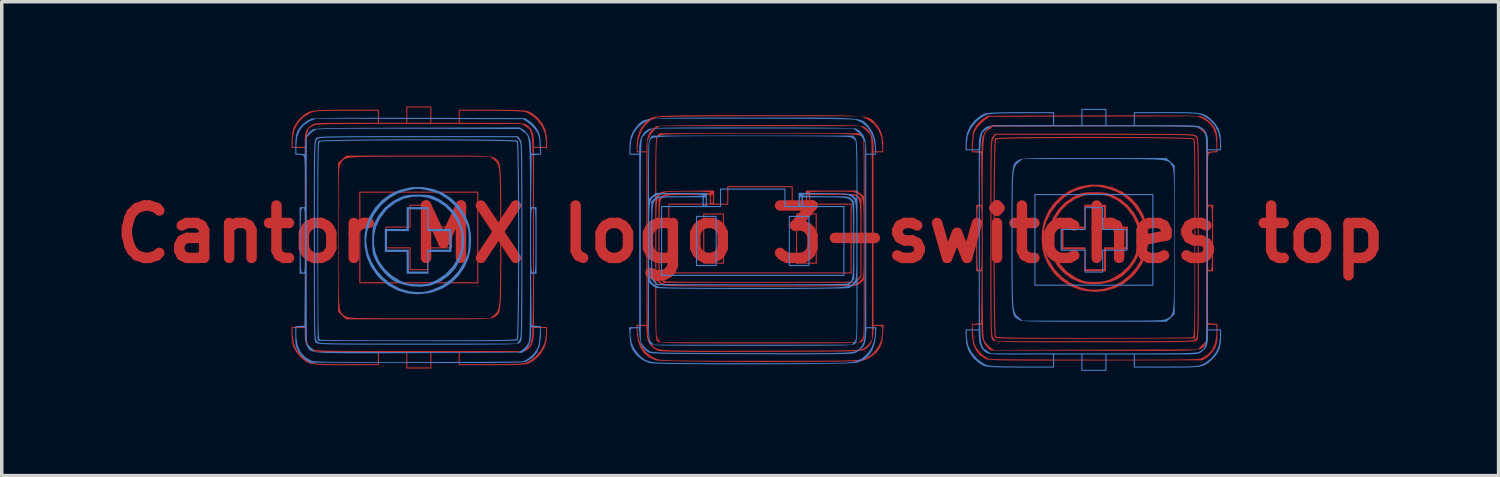
<source format=kicad_pcb>
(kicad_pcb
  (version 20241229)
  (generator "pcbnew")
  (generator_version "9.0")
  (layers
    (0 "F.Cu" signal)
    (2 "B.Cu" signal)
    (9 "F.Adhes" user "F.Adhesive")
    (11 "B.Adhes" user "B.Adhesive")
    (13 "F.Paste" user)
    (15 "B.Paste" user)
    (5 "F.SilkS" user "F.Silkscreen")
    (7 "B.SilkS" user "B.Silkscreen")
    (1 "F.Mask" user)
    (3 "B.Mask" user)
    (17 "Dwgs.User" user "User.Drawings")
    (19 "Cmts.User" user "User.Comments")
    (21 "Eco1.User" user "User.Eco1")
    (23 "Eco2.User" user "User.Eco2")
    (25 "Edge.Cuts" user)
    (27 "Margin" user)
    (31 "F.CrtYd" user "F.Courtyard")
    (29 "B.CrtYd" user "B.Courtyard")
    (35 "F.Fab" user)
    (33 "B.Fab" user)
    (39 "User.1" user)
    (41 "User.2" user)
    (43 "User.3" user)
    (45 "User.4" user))
  (footprint "Cantor MX logo 3-switches top"
    (layer "F.Cu")
    (at 18.443 3.66)
    (property "Reference" "Cantor MX logo 3-switches top" (at 0 0 0) (layer "F.Cu") (effects (font (size 1.5 1.5) (thickness 0.3))))
    (attr smd board_only exclude_from_pos_files exclude_from_bom)
    (fp_poly (pts (xy -7.789 0.094) (xy -7.789 1.408) (xy -9.494 1.408) (xy -11.199 1.408) (xy -11.199 0.094) (xy -11.199 -1.189) (xy -11.167 -1.189) (xy -11.167 0.094) (xy -11.167 1.376) (xy -9.494 1.376) (xy -7.82 1.376) (xy -7.82 0.094) (xy -7.82 -1.189) (xy -9.494 -1.189) (xy -11.167 -1.189) (xy -11.199 -1.189) (xy -11.199 -1.22) (xy -9.494 -1.22) (xy -7.789 -1.22)) (stroke (width 0) (type solid)) (fill yes) (layer "F.Cu"))
    (fp_poly (pts (xy -0.751 0.125) (xy -0.751 0.845) (xy -1.048 0.845) (xy -1.345 0.845) (xy -1.345 0.125) (xy -1.345 -0.563) (xy -1.314 -0.563) (xy -1.314 0.125) (xy -1.314 0.813) (xy -1.048 0.813) (xy -0.782 0.813) (xy -0.782 0.125) (xy -0.782 -0.563) (xy -1.048 -0.563) (xy -1.314 -0.563) (xy -1.345 -0.563) (xy -1.345 -0.594) (xy -1.048 -0.594) (xy -0.751 -0.594)) (stroke (width 0) (type solid)) (fill yes) (layer "F.Cu"))
    (fp_poly (pts (xy 1.908 0.125) (xy 1.908 0.845) (xy 1.611 0.845) (xy 1.314 0.845) (xy 1.314 0.125) (xy 1.314 -0.563) (xy 1.345 -0.563) (xy 1.345 0.125) (xy 1.345 0.813) (xy 1.611 0.813) (xy 1.877 0.813) (xy 1.877 0.125) (xy 1.877 -0.563) (xy 1.611 -0.563) (xy 1.345 -0.563) (xy 1.314 -0.563) (xy 1.314 -0.594) (xy 1.611 -0.594) (xy 1.908 -0.594)) (stroke (width 0) (type solid)) (fill yes) (layer "F.Cu"))
    (fp_poly (pts (xy -9.228 -0.532) (xy -9.228 -0.219) (xy -8.884 -0.219) (xy -8.54 -0.219) (xy -8.54 0.094) (xy -8.54 0.407) (xy -8.884 0.407) (xy -9.228 0.407) (xy -9.228 0.719) (xy -9.228 1.032) (xy -9.494 1.032) (xy -9.76 1.032) (xy -9.76 0.719) (xy -9.76 0.407) (xy -10.104 0.407) (xy -10.448 0.407) (xy -10.448 0.375) (xy -10.417 0.375) (xy -10.072 0.375) (xy -9.728 0.375) (xy -9.728 0.688) (xy -9.728 1.001) (xy -9.494 1.001) (xy -9.259 1.001) (xy -9.259 0.688) (xy -9.259 0.375) (xy -8.915 0.375) (xy -8.571 0.375) (xy -8.571 0.094) (xy -8.571 -0.188) (xy -8.915 -0.188) (xy -9.259 -0.188) (xy -9.259 -0.5) (xy -9.259 -0.813) (xy -9.494 -0.813) (xy -9.728 -0.813) (xy -9.728 -0.5) (xy -9.728 -0.188) (xy -10.072 -0.188) (xy -10.417 -0.188) (xy -10.417 0.094) (xy -10.417 0.375) (xy -10.448 0.375) (xy -10.448 0.094) (xy -10.448 -0.219) (xy -10.104 -0.219) (xy -9.76 -0.219) (xy -9.76 -0.532) (xy -9.76 -0.845) (xy -9.494 -0.845) (xy -9.228 -0.845)) (stroke (width 0) (type solid)) (fill yes) (layer "F.Cu"))
    (fp_poly (pts (xy 10.198 -0.532) (xy 10.198 -0.219) (xy 10.51 -0.219) (xy 10.823 -0.219) (xy 10.823 0.109) (xy 10.823 0.438) (xy 10.51 0.438) (xy 10.198 0.438) (xy 10.198 0.751) (xy 10.198 1.064) (xy 9.885 1.064) (xy 9.572 1.064) (xy 9.572 0.751) (xy 9.572 0.438) (xy 9.243 0.438) (xy 8.915 0.438) (xy 8.915 0.375) (xy 8.978 0.375) (xy 9.29 0.375) (xy 9.603 0.375) (xy 9.603 0.688) (xy 9.603 1.001) (xy 9.869 1.001) (xy 10.135 1.001) (xy 10.135 0.688) (xy 10.135 0.375) (xy 10.448 0.375) (xy 10.761 0.375) (xy 10.761 0.109) (xy 10.761 -0.156) (xy 10.448 -0.156) (xy 10.135 -0.156) (xy 10.135 -0.469) (xy 10.135 -0.782) (xy 9.869 -0.782) (xy 9.603 -0.782) (xy 9.603 -0.469) (xy 9.603 -0.156) (xy 9.29 -0.156) (xy 8.978 -0.156) (xy 8.978 0.109) (xy 8.978 0.375) (xy 8.915 0.375) (xy 8.915 0.109) (xy 8.915 -0.219) (xy 9.243 -0.219) (xy 9.572 -0.219) (xy 9.572 -0.532) (xy 9.572 -0.845) (xy 9.885 -0.845) (xy 10.198 -0.845)) (stroke (width 0) (type solid)) (fill yes) (layer "F.Cu"))
    (fp_poly (pts (xy 10.028 -1.417) (xy 10.09 -1.41) (xy 10.397 -1.337) (xy 10.671 -1.213) (xy 10.909 -1.041) (xy 11.106 -0.828) (xy 11.258 -0.577) (xy 11.361 -0.292) (xy 11.406 -0.03) (xy 11.405 0.28) (xy 11.343 0.578) (xy 11.224 0.857) (xy 11.051 1.11) (xy 10.96 1.209) (xy 10.724 1.404) (xy 10.46 1.544) (xy 10.175 1.627) (xy 9.874 1.653) (xy 9.561 1.62) (xy 9.456 1.595) (xy 9.173 1.49) (xy 8.924 1.333) (xy 8.711 1.129) (xy 8.54 0.881) (xy 8.425 0.626) (xy 8.372 0.408) (xy 8.35 0.161) (xy 8.356 0.016) (xy 8.418 0.016) (xy 8.421 0.172) (xy 8.428 0.323) (xy 8.441 0.434) (xy 8.463 0.526) (xy 8.502 0.623) (xy 8.548 0.72) (xy 8.715 0.992) (xy 8.922 1.216) (xy 9.17 1.392) (xy 9.456 1.52) (xy 9.65 1.574) (xy 9.79 1.59) (xy 9.961 1.586) (xy 10.133 1.564) (xy 10.403 1.483) (xy 10.652 1.348) (xy 10.873 1.17) (xy 11.061 0.954) (xy 11.208 0.711) (xy 11.307 0.446) (xy 11.353 0.17) (xy 11.355 0.096) (xy 11.327 -0.142) (xy 11.249 -0.389) (xy 11.128 -0.629) (xy 10.97 -0.846) (xy 10.894 -0.928) (xy 10.694 -1.098) (xy 10.48 -1.221) (xy 10.232 -1.308) (xy 10.11 -1.336) (xy 9.984 -1.36) (xy 9.887 -1.369) (xy 9.794 -1.363) (xy 9.676 -1.342) (xy 9.621 -1.33) (xy 9.484 -1.296) (xy 9.352 -1.256) (xy 9.253 -1.218) (xy 9.244 -1.213) (xy 9.012 -1.064) (xy 8.802 -0.866) (xy 8.626 -0.633) (xy 8.495 -0.378) (xy 8.473 -0.321) (xy 8.442 -0.216) (xy 8.424 -0.111) (xy 8.418 0.016) (xy 8.356 0.016) (xy 8.36 -0.091) (xy 8.401 -0.322) (xy 8.417 -0.376) (xy 8.54 -0.654) (xy 8.709 -0.897) (xy 8.919 -1.099) (xy 9.163 -1.256) (xy 9.433 -1.364) (xy 9.724 -1.419)) (stroke (width 0) (type solid)) (fill yes) (layer "F.Cu"))
    (fp_poly (pts (xy 10.034 -1.2) (xy 10.17 -1.188) (xy 10.279 -1.165) (xy 10.338 -1.145) (xy 10.6 -1.013) (xy 10.823 -0.832) (xy 11.004 -0.607) (xy 11.081 -0.47) (xy 11.124 -0.38) (xy 11.153 -0.305) (xy 11.17 -0.229) (xy 11.179 -0.135) (xy 11.182 -0.007) (xy 11.183 0.109) (xy 11.182 0.271) (xy 11.177 0.387) (xy 11.166 0.474) (xy 11.146 0.548) (xy 11.112 0.628) (xy 11.081 0.694) (xy 10.982 0.859) (xy 10.855 1.02) (xy 10.714 1.161) (xy 10.575 1.264) (xy 10.544 1.281) (xy 10.317 1.37) (xy 10.065 1.422) (xy 9.808 1.437) (xy 9.567 1.413) (xy 9.469 1.388) (xy 9.213 1.278) (xy 8.99 1.118) (xy 8.805 0.916) (xy 8.666 0.678) (xy 8.577 0.411) (xy 8.566 0.351) (xy 8.549 0.109) (xy 8.621 0.109) (xy 8.623 0.253) (xy 8.633 0.359) (xy 8.657 0.45) (xy 8.698 0.551) (xy 8.726 0.61) (xy 8.881 0.861) (xy 9.083 1.073) (xy 9.326 1.24) (xy 9.556 1.342) (xy 9.631 1.356) (xy 9.747 1.365) (xy 9.882 1.367) (xy 9.92 1.366) (xy 10.069 1.358) (xy 10.182 1.34) (xy 10.285 1.307) (xy 10.389 1.259) (xy 10.634 1.107) (xy 10.833 0.921) (xy 10.982 0.708) (xy 11.083 0.476) (xy 11.132 0.23) (xy 11.13 -0.02) (xy 11.075 -0.269) (xy 10.965 -0.508) (xy 10.8 -0.732) (xy 10.736 -0.798) (xy 10.521 -0.967) (xy 10.289 -1.081) (xy 10.044 -1.14) (xy 9.797 -1.147) (xy 9.552 -1.103) (xy 9.319 -1.009) (xy 9.103 -0.868) (xy 8.913 -0.68) (xy 8.755 -0.447) (xy 8.721 -0.38) (xy 8.671 -0.27) (xy 8.641 -0.179) (xy 8.626 -0.082) (xy 8.621 0.044) (xy 8.621 0.109) (xy 8.549 0.109) (xy 8.546 0.063) (xy 8.586 -0.215) (xy 8.68 -0.474) (xy 8.825 -0.708) (xy 9.018 -0.909) (xy 9.255 -1.07) (xy 9.312 -1.099) (xy 9.414 -1.146) (xy 9.498 -1.176) (xy 9.584 -1.193) (xy 9.691 -1.201) (xy 9.84 -1.203) (xy 9.853 -1.203)) (stroke (width 0) (type solid)) (fill yes) (layer "F.Cu"))
    (fp_poly (pts (xy -9.502 -2.252) (xy -9.091 -2.252) (xy -8.738 -2.252) (xy -8.438 -2.251) (xy -8.187 -2.25) (xy -7.98 -2.249) (xy -7.812 -2.246) (xy -7.678 -2.243) (xy -7.574 -2.239) (xy -7.496 -2.234) (xy -7.438 -2.227) (xy -7.397 -2.219) (xy -7.366 -2.21) (xy -7.342 -2.198) (xy -7.326 -2.189) (xy -7.288 -2.166) (xy -7.256 -2.143) (xy -7.228 -2.116) (xy -7.205 -2.079) (xy -7.186 -2.029) (xy -7.171 -1.961) (xy -7.158 -1.87) (xy -7.149 -1.751) (xy -7.142 -1.601) (xy -7.138 -1.414) (xy -7.135 -1.187) (xy -7.133 -0.913) (xy -7.132 -0.59) (xy -7.132 -0.211) (xy -7.132 0.094) (xy -7.132 0.514) (xy -7.132 0.876) (xy -7.133 1.185) (xy -7.135 1.444) (xy -7.139 1.66) (xy -7.144 1.836) (xy -7.151 1.976) (xy -7.162 2.086) (xy -7.175 2.17) (xy -7.191 2.233) (xy -7.211 2.278) (xy -7.236 2.312) (xy -7.265 2.337) (xy -7.298 2.36) (xy -7.326 2.377) (xy -7.348 2.389) (xy -7.373 2.4) (xy -7.406 2.409) (xy -7.451 2.417) (xy -7.513 2.423) (xy -7.597 2.428) (xy -7.708 2.432) (xy -7.85 2.435) (xy -8.027 2.437) (xy -8.245 2.438) (xy -8.507 2.439) (xy -8.82 2.44) (xy -9.187 2.44) (xy -9.502 2.44) (xy -11.575 2.44) (xy -11.692 2.333) (xy -11.808 2.226) (xy -11.808 0.505) (xy -11.793 0.505) (xy -11.793 0.864) (xy -11.792 1.171) (xy -11.79 1.428) (xy -11.787 1.641) (xy -11.782 1.814) (xy -11.775 1.953) (xy -11.765 2.061) (xy -11.752 2.143) (xy -11.736 2.204) (xy -11.716 2.248) (xy -11.692 2.281) (xy -11.663 2.305) (xy -11.629 2.327) (xy -11.596 2.347) (xy -11.574 2.36) (xy -11.548 2.37) (xy -11.513 2.379) (xy -11.465 2.386) (xy -11.398 2.392) (xy -11.309 2.397) (xy -11.192 2.401) (xy -11.043 2.404) (xy -10.857 2.406) (xy -10.629 2.407) (xy -10.355 2.408) (xy -10.029 2.408) (xy -9.648 2.408) (xy -9.473 2.409) (xy -7.45 2.409) (xy -7.349 2.324) (xy -7.312 2.293) (xy -7.281 2.264) (xy -7.254 2.231) (xy -7.232 2.19) (xy -7.213 2.136) (xy -7.199 2.065) (xy -7.187 1.971) (xy -7.178 1.85) (xy -7.172 1.697) (xy -7.168 1.508) (xy -7.165 1.278) (xy -7.164 1.001) (xy -7.163 0.673) (xy -7.163 0.29) (xy -7.163 0.094) (xy -7.163 -0.317) (xy -7.164 -0.669) (xy -7.164 -0.969) (xy -7.166 -1.22) (xy -7.17 -1.428) (xy -7.175 -1.597) (xy -7.183 -1.731) (xy -7.193 -1.837) (xy -7.206 -1.918) (xy -7.223 -1.979) (xy -7.243 -2.026) (xy -7.268 -2.062) (xy -7.297 -2.092) (xy -7.332 -2.122) (xy -7.349 -2.136) (xy -7.45 -2.221) (xy -9.466 -2.221) (xy -9.884 -2.221) (xy -10.244 -2.221) (xy -10.551 -2.22) (xy -10.809 -2.218) (xy -11.022 -2.215) (xy -11.196 -2.21) (xy -11.335 -2.203) (xy -11.444 -2.193) (xy -11.526 -2.181) (xy -11.587 -2.165) (xy -11.632 -2.145) (xy -11.664 -2.121) (xy -11.689 -2.092) (xy -11.711 -2.058) (xy -11.732 -2.024) (xy -11.744 -2.002) (xy -11.754 -1.976) (xy -11.763 -1.941) (xy -11.771 -1.893) (xy -11.777 -1.826) (xy -11.782 -1.736) (xy -11.785 -1.619) (xy -11.788 -1.47) (xy -11.79 -1.283) (xy -11.791 -1.054) (xy -11.792 -0.779) (xy -11.793 -0.453) (xy -11.793 -0.07) (xy -11.793 0.088) (xy -11.793 0.505) (xy -11.808 0.505) (xy -11.808 0.094) (xy -11.808 -2.038) (xy -11.692 -2.145) (xy -11.575 -2.252)) (stroke (width 0) (type solid)) (fill yes) (layer "F.Cu"))
    (fp_poly (pts (xy 10.042 -2.788) (xy 10.407 -2.787) (xy 10.764 -2.785) (xy 11.108 -2.783) (xy 11.432 -2.78) (xy 11.733 -2.777) (xy 12.004 -2.772) (xy 12.241 -2.768) (xy 12.436 -2.762) (xy 12.586 -2.756) (xy 12.685 -2.749) (xy 12.727 -2.742) (xy 12.728 -2.741) (xy 12.734 -2.715) (xy 12.74 -2.649) (xy 12.745 -2.543) (xy 12.748 -2.393) (xy 12.752 -2.198) (xy 12.754 -1.955) (xy 12.756 -1.661) (xy 12.757 -1.315) (xy 12.757 -0.913) (xy 12.756 -0.454) (xy 12.755 0.065) (xy 12.755 0.144) (xy 12.747 2.987) (xy 9.899 2.995) (xy 9.386 2.997) (xy 8.933 2.997) (xy 8.536 2.997) (xy 8.193 2.997) (xy 7.9 2.996) (xy 7.655 2.994) (xy 7.454 2.991) (xy 7.295 2.988) (xy 7.175 2.984) (xy 7.09 2.979) (xy 7.037 2.973) (xy 7.014 2.966) (xy 7.013 2.966) (xy 7.007 2.928) (xy 7 2.834) (xy 6.995 2.687) (xy 6.99 2.495) (xy 6.986 2.261) (xy 6.982 1.992) (xy 6.979 1.693) (xy 6.976 1.37) (xy 6.974 1.027) (xy 6.973 0.671) (xy 6.972 0.306) (xy 6.972 -0.062) (xy 6.972 -0.062) (xy 7.004 -0.062) (xy 7.004 0.304) (xy 7.004 0.666) (xy 7.006 1.021) (xy 7.007 1.361) (xy 7.01 1.683) (xy 7.013 1.979) (xy 7.017 2.246) (xy 7.021 2.476) (xy 7.026 2.666) (xy 7.032 2.809) (xy 7.038 2.901) (xy 7.044 2.934) (xy 7.066 2.941) (xy 7.118 2.947) (xy 7.204 2.952) (xy 7.326 2.957) (xy 7.487 2.961) (xy 7.691 2.964) (xy 7.94 2.967) (xy 8.238 2.969) (xy 8.587 2.97) (xy 8.99 2.971) (xy 9.451 2.972) (xy 9.857 2.972) (xy 10.269 2.971) (xy 10.664 2.971) (xy 11.037 2.97) (xy 11.383 2.969) (xy 11.698 2.967) (xy 11.978 2.965) (xy 12.217 2.963) (xy 12.412 2.961) (xy 12.557 2.958) (xy 12.649 2.955) (xy 12.682 2.953) (xy 12.69 2.945) (xy 12.698 2.926) (xy 12.704 2.893) (xy 12.71 2.841) (xy 12.715 2.766) (xy 12.719 2.666) (xy 12.722 2.535) (xy 12.725 2.372) (xy 12.727 2.17) (xy 12.729 1.928) (xy 12.73 1.641) (xy 12.731 1.305) (xy 12.731 0.916) (xy 12.731 0.472) (xy 12.731 0.128) (xy 12.731 -0.383) (xy 12.73 -0.834) (xy 12.729 -1.228) (xy 12.728 -1.569) (xy 12.726 -1.859) (xy 12.723 -2.101) (xy 12.72 -2.298) (xy 12.716 -2.454) (xy 12.711 -2.57) (xy 12.706 -2.651) (xy 12.7 -2.698) (xy 12.694 -2.715) (xy 12.656 -2.722) (xy 12.562 -2.728) (xy 12.415 -2.734) (xy 12.223 -2.739) (xy 11.99 -2.743) (xy 11.721 -2.747) (xy 11.423 -2.75) (xy 11.1 -2.752) (xy 10.759 -2.754) (xy 10.404 -2.755) (xy 10.041 -2.756) (xy 9.675 -2.756) (xy 9.312 -2.755) (xy 8.958 -2.754) (xy 8.617 -2.752) (xy 8.296 -2.75) (xy 7.999 -2.746) (xy 7.733 -2.743) (xy 7.502 -2.738) (xy 7.312 -2.733) (xy 7.169 -2.728) (xy 7.078 -2.722) (xy 7.044 -2.715) (xy 7.038 -2.678) (xy 7.031 -2.583) (xy 7.026 -2.437) (xy 7.021 -2.244) (xy 7.017 -2.011) (xy 7.013 -1.743) (xy 7.01 -1.444) (xy 7.007 -1.122) (xy 7.006 -0.78) (xy 7.004 -0.425) (xy 7.004 -0.062) (xy 6.972 -0.062) (xy 6.973 -0.427) (xy 6.974 -0.784) (xy 6.976 -1.128) (xy 6.978 -1.453) (xy 6.981 -1.754) (xy 6.985 -2.025) (xy 6.989 -2.261) (xy 6.994 -2.456) (xy 7 -2.606) (xy 7.006 -2.704) (xy 7.013 -2.746) (xy 7.013 -2.746) (xy 7.051 -2.754) (xy 7.146 -2.76) (xy 7.293 -2.766) (xy 7.486 -2.771) (xy 7.719 -2.776) (xy 7.988 -2.78) (xy 8.287 -2.783) (xy 8.611 -2.785) (xy 8.953 -2.787) (xy 9.31 -2.788) (xy 9.674 -2.788)) (stroke (width 0) (type solid)) (fill yes) (layer "F.Cu"))
    (fp_poly (pts (xy 10.359 -2.878) (xy 10.788 -2.878) (xy 11.162 -2.877) (xy 11.485 -2.877) (xy 11.761 -2.876) (xy 11.993 -2.874) (xy 12.187 -2.873) (xy 12.344 -2.87) (xy 12.47 -2.867) (xy 12.569 -2.863) (xy 12.643 -2.858) (xy 12.697 -2.853) (xy 12.735 -2.846) (xy 12.761 -2.838) (xy 12.778 -2.829) (xy 12.79 -2.819) (xy 12.794 -2.815) (xy 12.804 -2.804) (xy 12.814 -2.788) (xy 12.822 -2.766) (xy 12.829 -2.732) (xy 12.835 -2.684) (xy 12.84 -2.616) (xy 12.844 -2.526) (xy 12.848 -2.41) (xy 12.85 -2.263) (xy 12.852 -2.082) (xy 12.854 -1.862) (xy 12.855 -1.601) (xy 12.856 -1.294) (xy 12.856 -0.937) (xy 12.856 -0.527) (xy 12.856 -0.06) (xy 12.856 0.12) (xy 12.856 0.61) (xy 12.856 1.04) (xy 12.856 1.416) (xy 12.855 1.741) (xy 12.854 2.018) (xy 12.853 2.252) (xy 12.851 2.447) (xy 12.848 2.605) (xy 12.845 2.732) (xy 12.841 2.831) (xy 12.836 2.905) (xy 12.83 2.959) (xy 12.824 2.996) (xy 12.816 3.021) (xy 12.807 3.036) (xy 12.799 3.045) (xy 12.786 3.054) (xy 12.763 3.062) (xy 12.728 3.068) (xy 12.676 3.074) (xy 12.604 3.079) (xy 12.507 3.084) (xy 12.383 3.087) (xy 12.227 3.09) (xy 12.035 3.092) (xy 11.804 3.094) (xy 11.53 3.095) (xy 11.208 3.096) (xy 10.836 3.096) (xy 10.41 3.097) (xy 9.925 3.097) (xy 9.874 3.097) (xy 9.386 3.097) (xy 8.957 3.097) (xy 8.582 3.096) (xy 8.258 3.096) (xy 7.982 3.095) (xy 7.748 3.093) (xy 7.555 3.092) (xy 7.396 3.089) (xy 7.27 3.086) (xy 7.171 3.082) (xy 7.096 3.077) (xy 7.042 3.072) (xy 7.004 3.065) (xy 6.978 3.057) (xy 6.961 3.048) (xy 6.948 3.038) (xy 6.944 3.034) (xy 6.934 3.022) (xy 6.924 3.007) (xy 6.916 2.985) (xy 6.909 2.951) (xy 6.903 2.902) (xy 6.898 2.834) (xy 6.894 2.744) (xy 6.89 2.627) (xy 6.888 2.479) (xy 6.886 2.297) (xy 6.884 2.076) (xy 6.883 1.813) (xy 6.882 1.505) (xy 6.882 1.146) (xy 6.882 0.734) (xy 6.882 0.263) (xy 6.882 0.129) (xy 6.882 0.109) (xy 6.913 0.109) (xy 6.913 0.591) (xy 6.913 1.013) (xy 6.913 1.381) (xy 6.914 1.698) (xy 6.915 1.969) (xy 6.916 2.196) (xy 6.918 2.385) (xy 6.921 2.538) (xy 6.924 2.661) (xy 6.928 2.756) (xy 6.933 2.828) (xy 6.939 2.881) (xy 6.946 2.919) (xy 6.954 2.945) (xy 6.964 2.964) (xy 6.975 2.979) (xy 6.978 2.983) (xy 7.043 3.066) (xy 9.871 3.066) (xy 10.356 3.065) (xy 10.782 3.065) (xy 11.153 3.065) (xy 11.474 3.064) (xy 11.747 3.064) (xy 11.977 3.062) (xy 12.168 3.06) (xy 12.324 3.058) (xy 12.448 3.054) (xy 12.544 3.05) (xy 12.617 3.046) (xy 12.67 3.04) (xy 12.706 3.033) (xy 12.731 3.025) (xy 12.748 3.016) (xy 12.76 3.005) (xy 12.763 3.003) (xy 12.773 2.991) (xy 12.783 2.976) (xy 12.791 2.953) (xy 12.798 2.919) (xy 12.804 2.871) (xy 12.809 2.803) (xy 12.813 2.712) (xy 12.817 2.594) (xy 12.819 2.446) (xy 12.821 2.264) (xy 12.823 2.043) (xy 12.824 1.78) (xy 12.825 1.47) (xy 12.825 1.111) (xy 12.825 0.697) (xy 12.825 0.226) (xy 12.825 0.109) (xy 12.825 -0.375) (xy 12.825 -0.802) (xy 12.825 -1.173) (xy 12.824 -1.494) (xy 12.823 -1.767) (xy 12.822 -1.998) (xy 12.82 -2.189) (xy 12.817 -2.344) (xy 12.814 -2.468) (xy 12.81 -2.565) (xy 12.805 -2.638) (xy 12.799 -2.691) (xy 12.793 -2.728) (xy 12.785 -2.752) (xy 12.776 -2.769) (xy 12.765 -2.781) (xy 12.763 -2.784) (xy 12.751 -2.795) (xy 12.735 -2.804) (xy 12.713 -2.812) (xy 12.679 -2.819) (xy 12.63 -2.825) (xy 12.562 -2.83) (xy 12.471 -2.835) (xy 12.354 -2.838) (xy 12.206 -2.841) (xy 12.023 -2.843) (xy 11.802 -2.844) (xy 11.539 -2.845) (xy 11.229 -2.846) (xy 10.87 -2.846) (xy 10.456 -2.847) (xy 9.985 -2.847) (xy 9.871 -2.847) (xy 7.043 -2.847) (xy 6.978 -2.764) (xy 6.967 -2.749) (xy 6.957 -2.732) (xy 6.948 -2.708) (xy 6.941 -2.674) (xy 6.935 -2.625) (xy 6.93 -2.559) (xy 6.925 -2.47) (xy 6.922 -2.356) (xy 6.919 -2.211) (xy 6.917 -2.032) (xy 6.915 -1.816) (xy 6.914 -1.558) (xy 6.914 -1.254) (xy 6.913 -0.9) (xy 6.913 -0.493) (xy 6.913 -0.028) (xy 6.913 0.109) (xy 6.882 0.109) (xy 6.882 -0.357) (xy 6.882 -0.784) (xy 6.882 -1.156) (xy 6.883 -1.478) (xy 6.884 -1.752) (xy 6.885 -1.984) (xy 6.887 -2.176) (xy 6.889 -2.334) (xy 6.893 -2.459) (xy 6.897 -2.558) (xy 6.901 -2.632) (xy 6.907 -2.687) (xy 6.914 -2.727) (xy 6.922 -2.754) (xy 6.931 -2.774) (xy 6.942 -2.789) (xy 6.947 -2.795) (xy 7.011 -2.878) (xy 9.871 -2.878)) (stroke (width 0) (type solid)) (fill yes) (layer "F.Cu"))
    (fp_poly (pts (xy 1.635 -3.41) (xy 1.979 -3.409) (xy 2.276 -3.407) (xy 2.53 -3.404) (xy 2.744 -3.4) (xy 2.922 -3.394) (xy 3.069 -3.385) (xy 3.149 -3.378) (xy 0.314 -3.378) (xy -0.247 -3.378) (xy -0.752 -3.377) (xy -1.199 -3.375) (xy -1.589 -3.372) (xy -1.92 -3.369) (xy -2.191 -3.365) (xy -2.403 -3.36) (xy -2.554 -3.355) (xy -2.643 -3.349) (xy -2.666 -3.346) (xy -2.85 -3.264) (xy -3.001 -3.132) (xy -3.116 -2.957) (xy -3.19 -2.745) (xy -3.213 -2.595) (xy -3.231 -2.377) (xy -3.101 -2.377) (xy -2.972 -2.377) (xy -2.972 -2.55) (xy -2.957 -2.677) (xy -2.94 -2.677) (xy -2.94 0.124) (xy -2.94 0.608) (xy -2.939 1.033) (xy -2.939 1.403) (xy -2.938 1.723) (xy -2.937 1.997) (xy -2.935 2.227) (xy -2.933 2.419) (xy -2.93 2.577) (xy -2.926 2.703) (xy -2.922 2.803) (xy -2.917 2.88) (xy -2.911 2.938) (xy -2.904 2.982) (xy -2.896 3.015) (xy -2.886 3.041) (xy -2.882 3.05) (xy -2.835 3.138) (xy -2.786 3.205) (xy -2.774 3.218) (xy -2.747 3.239) (xy -2.719 3.258) (xy -2.687 3.274) (xy -2.645 3.289) (xy -2.591 3.301) (xy -2.521 3.311) (xy -2.429 3.319) (xy -2.314 3.326) (xy -2.17 3.331) (xy -1.993 3.335) (xy -1.781 3.338) (xy -1.528 3.34) (xy -1.231 3.34) (xy -0.887 3.341) (xy -0.49 3.34) (xy -0.038 3.339) (xy 0.328 3.338) (xy 0.814 3.337) (xy 1.241 3.336) (xy 1.614 3.334) (xy 1.936 3.333) (xy 2.21 3.331) (xy 2.442 3.329) (xy 2.635 3.326) (xy 2.792 3.323) (xy 2.919 3.319) (xy 3.018 3.314) (xy 3.094 3.309) (xy 3.15 3.303) (xy 3.19 3.296) (xy 3.219 3.288) (xy 3.24 3.278) (xy 3.243 3.277) (xy 3.329 3.213) (xy 3.408 3.13) (xy 3.415 3.121) (xy 3.488 3.019) (xy 3.488 0.12) (xy 3.488 -0.371) (xy 3.488 -0.804) (xy 3.487 -1.181) (xy 3.487 -1.508) (xy 3.486 -1.787) (xy 3.485 -2.023) (xy 3.483 -2.22) (xy 3.48 -2.381) (xy 3.477 -2.511) (xy 3.474 -2.613) (xy 3.469 -2.691) (xy 3.463 -2.749) (xy 3.457 -2.791) (xy 3.449 -2.82) (xy 3.44 -2.841) (xy 3.43 -2.858) (xy 3.422 -2.868) (xy 3.35 -2.947) (xy 3.262 -3.021) (xy 3.254 -3.026) (xy 3.15 -3.097) (xy 0.282 -3.097) (xy -2.587 -3.097) (xy -2.693 -3.026) (xy -2.773 -2.954) (xy -2.848 -2.855) (xy -2.87 -2.816) (xy -2.94 -2.677) (xy -2.957 -2.677) (xy -2.949 -2.751) (xy -2.883 -2.915) (xy -2.776 -3.037) (xy -2.665 -3.1) (xy -2.623 -3.104) (xy -2.523 -3.108) (xy -2.369 -3.112) (xy -2.165 -3.115) (xy -1.915 -3.119) (xy -1.624 -3.121) (xy -1.295 -3.124) (xy -0.934 -3.126) (xy -0.544 -3.127) (xy -0.129 -3.128) (xy 0.292 -3.128) (xy 0.783 -3.128) (xy 1.215 -3.128) (xy 1.593 -3.127) (xy 1.92 -3.127) (xy 2.199 -3.126) (xy 2.436 -3.124) (xy 2.633 -3.122) (xy 2.796 -3.119) (xy 2.926 -3.116) (xy 3.03 -3.112) (xy 3.11 -3.107) (xy 3.17 -3.101) (xy 3.214 -3.095) (xy 3.246 -3.087) (xy 3.271 -3.078) (xy 3.285 -3.071) (xy 3.399 -2.977) (xy 3.482 -2.838) (xy 3.528 -2.666) (xy 3.535 -2.558) (xy 3.535 -2.377) (xy 3.66 -2.377) (xy 3.785 -2.377) (xy 3.785 -2.528) (xy 3.759 -2.768) (xy 3.681 -2.975) (xy 3.554 -3.146) (xy 3.378 -3.278) (xy 3.34 -3.298) (xy 3.185 -3.375) (xy 3.188 -3.375) (xy 3.283 -3.362) (xy 3.357 -3.345) (xy 3.416 -3.326) (xy 3.462 -3.303) (xy 3.499 -3.276) (xy 3.531 -3.245) (xy 3.563 -3.21) (xy 3.597 -3.17) (xy 3.61 -3.156) (xy 3.712 -3.018) (xy 3.777 -2.866) (xy 3.809 -2.683) (xy 3.816 -2.517) (xy 3.816 -2.346) (xy 3.675 -2.346) (xy 3.535 -2.346) (xy 3.535 0.125) (xy 3.535 2.596) (xy 3.68 2.596) (xy 3.825 2.596) (xy 3.809 2.86) (xy 3.792 3.027) (xy 3.764 3.151) (xy 3.72 3.254) (xy 3.718 3.257) (xy 3.6 3.412) (xy 3.44 3.537) (xy 3.259 3.616) (xy 3.222 3.626) (xy 3.159 3.632) (xy 3.04 3.638) (xy 2.869 3.644) (xy 2.654 3.648) (xy 2.398 3.652) (xy 2.108 3.655) (xy 1.79 3.657) (xy 1.448 3.659) (xy 1.088 3.66) (xy 0.717 3.661) (xy 0.338 3.661) (xy -0.041 3.66) (xy -0.416 3.658) (xy -0.781 3.656) (xy -1.131 3.654) (xy -1.459 3.65) (xy -1.761 3.646) (xy -2.031 3.642) (xy -2.263 3.637) (xy -2.452 3.632) (xy -2.592 3.625) (xy -2.678 3.619) (xy -2.699 3.615) (xy -2.893 3.534) (xy -3.045 3.406) (xy -3.156 3.233) (xy -3.224 3.014) (xy -3.245 2.849) (xy -3.26 2.628) (xy -3.222 2.628) (xy -3.222 2.763) (xy -3.195 2.988) (xy -3.117 3.192) (xy -2.996 3.365) (xy -2.836 3.498) (xy -2.69 3.567) (xy -2.658 3.578) (xy -2.622 3.587) (xy -2.579 3.594) (xy -2.524 3.601) (xy -2.453 3.607) (xy -2.362 3.612) (xy -2.248 3.616) (xy -2.105 3.619) (xy -1.93 3.622) (xy -1.72 3.623) (xy -1.469 3.625) (xy -1.173 3.626) (xy -0.83 3.627) (xy -0.434 3.627) (xy 0.019 3.627) (xy 0.264 3.628) (xy 0.75 3.628) (xy 1.178 3.627) (xy 1.551 3.627) (xy 1.874 3.626) (xy 2.151 3.625) (xy 2.385 3.623) (xy 2.58 3.621) (xy 2.741 3.617) (xy 2.872 3.614) (xy 2.977 3.609) (xy 3.06 3.604) (xy 3.124 3.597) (xy 3.174 3.59) (xy 3.214 3.581) (xy 3.229 3.577) (xy 3.342 3.538) (xy 3.432 3.486) (xy 3.522 3.403) (xy 3.564 3.359) (xy 3.682 3.201) (xy 3.753 3.03) (xy 3.783 2.83) (xy 3.785 2.751) (xy 3.782 2.672) (xy 3.76 2.637) (xy 3.703 2.628) (xy 3.664 2.628) (xy 3.543 2.628) (xy 3.527 2.849) (xy 3.506 3.011) (xy 3.462 3.132) (xy 3.386 3.229) (xy 3.304 3.298) (xy 3.288 3.309) (xy 3.27 3.319) (xy 3.245 3.327) (xy 3.21 3.335) (xy 3.161 3.341) (xy 3.093 3.346) (xy 3.004 3.351) (xy 2.889 3.355) (xy 2.743 3.358) (xy 2.565 3.361) (xy 2.348 3.363) (xy 2.09 3.365) (xy 1.787 3.366) (xy 1.435 3.368) (xy 1.029 3.369) (xy 0.567 3.37) (xy 0.346 3.371) (xy -0.167 3.372) (xy -0.62 3.373) (xy -1.018 3.373) (xy -1.364 3.373) (xy -1.66 3.372) (xy -1.91 3.37) (xy -2.117 3.368) (xy -2.285 3.364) (xy -2.417 3.36) (xy -2.517 3.356) (xy -2.587 3.35) (xy -2.631 3.343) (xy -2.644 3.34) (xy -2.745 3.286) (xy -2.84 3.202) (xy -2.855 3.185) (xy -2.908 3.109) (xy -2.94 3.03) (xy -2.958 2.924) (xy -2.964 2.848) (xy -2.98 2.628) (xy -3.101 2.628) (xy -3.222 2.628) (xy -3.26 2.628) (xy -3.262 2.596) (xy -3.117 2.596) (xy -2.972 2.596) (xy -2.972 0.125) (xy -2.972 -2.346) (xy -3.112 -2.346) (xy -3.253 -2.346) (xy -3.253 -2.528) (xy -3.228 -2.778) (xy -3.154 -2.995) (xy -3.032 -3.174) (xy -3.03 -3.176) (xy -2.996 -3.214) (xy -2.965 -3.248) (xy -2.934 -3.278) (xy -2.898 -3.304) (xy -2.855 -3.326) (xy -2.8 -3.345) (xy -2.729 -3.361) (xy -2.638 -3.374) (xy -2.525 -3.384) (xy -2.384 -3.393) (xy -2.211 -3.399) (xy -2.004 -3.403) (xy -1.758 -3.406) (xy -1.47 -3.408) (xy -1.135 -3.409) (xy -0.75 -3.41) (xy -0.31 -3.41) (xy 0.187 -3.41) (xy 0.282 -3.41) (xy 0.79 -3.41) (xy 1.24 -3.41)) (stroke (width 0) (type solid)) (fill yes) (layer "F.Cu"))
    (fp_poly (pts (xy 11.373 -3.405) (xy 11.777 -3.404) (xy 12.121 -3.402) (xy 12.404 -3.399) (xy 12.626 -3.395) (xy 12.787 -3.391) (xy 12.886 -3.385) (xy 12.919 -3.381) (xy 13.057 -3.315) (xy 13.19 -3.208) (xy 13.296 -3.081) (xy 13.329 -3.021) (xy 13.363 -2.917) (xy 13.382 -2.784) (xy 13.387 -2.62) (xy 13.388 -2.346) (xy 13.285 -2.346) (xy 13.202 -2.335) (xy 13.145 -2.309) (xy 13.144 -2.309) (xy 13.131 -2.274) (xy 13.121 -2.196) (xy 13.113 -2.072) (xy 13.109 -1.896) (xy 13.107 -1.663) (xy 13.107 -1.558) (xy 13.107 -0.845) (xy 13.185 -0.845) (xy 13.263 -0.845) (xy 13.263 0.109) (xy 13.263 1.064) (xy 13.184 1.064) (xy 13.106 1.064) (xy 13.114 1.806) (xy 13.122 2.549) (xy 13.255 2.559) (xy 13.388 2.569) (xy 13.388 2.852) (xy 13.386 2.997) (xy 13.376 3.1) (xy 13.355 3.181) (xy 13.319 3.261) (xy 13.306 3.287) (xy 13.225 3.402) (xy 13.125 3.503) (xy 13.095 3.526) (xy 12.966 3.613) (xy 9.916 3.62) (xy 9.405 3.621) (xy 8.952 3.622) (xy 8.555 3.622) (xy 8.209 3.622) (xy 7.911 3.621) (xy 7.658 3.62) (xy 7.444 3.618) (xy 7.268 3.616) (xy 7.124 3.613) (xy 7.01 3.609) (xy 6.922 3.604) (xy 6.856 3.599) (xy 6.808 3.593) (xy 6.775 3.585) (xy 6.757 3.579) (xy 6.589 3.475) (xy 6.466 3.327) (xy 6.387 3.135) (xy 6.352 2.9) (xy 6.35 2.825) (xy 6.35 2.596) (xy 6.373 2.596) (xy 6.387 2.854) (xy 6.399 3.003) (xy 6.42 3.112) (xy 6.457 3.204) (xy 6.486 3.257) (xy 6.577 3.378) (xy 6.695 3.483) (xy 6.817 3.557) (xy 6.868 3.575) (xy 6.908 3.577) (xy 7.005 3.579) (xy 7.156 3.581) (xy 7.357 3.583) (xy 7.602 3.585) (xy 7.888 3.587) (xy 8.21 3.589) (xy 8.563 3.59) (xy 8.943 3.592) (xy 9.346 3.593) (xy 9.768 3.594) (xy 9.878 3.594) (xy 10.39 3.594) (xy 10.842 3.594) (xy 11.239 3.594) (xy 11.584 3.593) (xy 11.881 3.592) (xy 12.132 3.59) (xy 12.342 3.588) (xy 12.513 3.584) (xy 12.65 3.581) (xy 12.756 3.576) (xy 12.834 3.571) (xy 12.888 3.565) (xy 12.921 3.558) (xy 12.928 3.555) (xy 13.106 3.451) (xy 13.236 3.309) (xy 13.319 3.126) (xy 13.355 2.902) (xy 13.357 2.828) (xy 13.357 2.596) (xy 13.232 2.596) (xy 13.107 2.596) (xy 13.107 2.823) (xy 13.1 2.97) (xy 13.08 3.075) (xy 13.045 3.15) (xy 13.026 3.183) (xy 13.01 3.212) (xy 12.991 3.237) (xy 12.967 3.259) (xy 12.934 3.278) (xy 12.887 3.294) (xy 12.824 3.307) (xy 12.74 3.318) (xy 12.632 3.326) (xy 12.496 3.333) (xy 12.329 3.338) (xy 12.125 3.341) (xy 11.883 3.343) (xy 11.597 3.344) (xy 11.265 3.344) (xy 10.882 3.343) (xy 10.445 3.341) (xy 9.949 3.34) (xy 9.841 3.34) (xy 6.887 3.331) (xy 6.802 3.253) (xy 6.705 3.131) (xy 6.649 2.978) (xy 6.632 2.785) (xy 6.632 2.596) (xy 6.502 2.596) (xy 6.373 2.596) (xy 6.35 2.596) (xy 6.35 2.569) (xy 6.483 2.559) (xy 6.616 2.549) (xy 6.624 1.806) (xy 6.633 1.064) (xy 6.554 1.064) (xy 6.475 1.064) (xy 6.475 0.109) (xy 6.506 0.109) (xy 6.507 0.374) (xy 6.507 0.582) (xy 6.509 0.741) (xy 6.512 0.857) (xy 6.517 0.938) (xy 6.524 0.989) (xy 6.535 1.017) (xy 6.548 1.029) (xy 6.565 1.032) (xy 6.569 1.032) (xy 6.587 1.03) (xy 6.601 1.02) (xy 6.612 0.996) (xy 6.62 0.95) (xy 6.625 0.875) (xy 6.629 0.766) (xy 6.63 0.616) (xy 6.631 0.418) (xy 6.632 0.165) (xy 6.632 0.109) (xy 6.631 -0.155) (xy 6.631 -0.363) (xy 6.629 -0.522) (xy 6.626 -0.638) (xy 6.621 -0.719) (xy 6.617 -0.748) (xy 6.663 -0.748) (xy 6.663 -0.298) (xy 6.663 0.115) (xy 6.663 0.602) (xy 6.663 1.03) (xy 6.663 1.404) (xy 6.664 1.727) (xy 6.665 2.003) (xy 6.667 2.236) (xy 6.669 2.43) (xy 6.672 2.589) (xy 6.675 2.717) (xy 6.679 2.818) (xy 6.684 2.896) (xy 6.69 2.954) (xy 6.697 2.997) (xy 6.705 3.028) (xy 6.714 3.052) (xy 6.721 3.066) (xy 6.788 3.159) (xy 6.874 3.24) (xy 6.882 3.246) (xy 6.986 3.317) (xy 9.905 3.308) (xy 12.824 3.3) (xy 12.942 3.182) (xy 13.06 3.064) (xy 13.06 0.111) (xy 13.06 0.109) (xy 13.107 0.109) (xy 13.107 0.374) (xy 13.107 0.582) (xy 13.109 0.741) (xy 13.112 0.857) (xy 13.117 0.938) (xy 13.125 0.989) (xy 13.135 1.017) (xy 13.148 1.029) (xy 13.165 1.032) (xy 13.169 1.032) (xy 13.187 1.03) (xy 13.201 1.02) (xy 13.212 0.996) (xy 13.22 0.95) (xy 13.225 0.875) (xy 13.229 0.766) (xy 13.231 0.616) (xy 13.232 0.418) (xy 13.232 0.165) (xy 13.232 0.109) (xy 13.232 -0.155) (xy 13.231 -0.363) (xy 13.229 -0.522) (xy 13.226 -0.638) (xy 13.221 -0.719) (xy 13.214 -0.77) (xy 13.204 -0.798) (xy 13.19 -0.81) (xy 13.173 -0.813) (xy 13.169 -0.813) (xy 13.151 -0.811) (xy 13.137 -0.801) (xy 13.126 -0.777) (xy 13.119 -0.731) (xy 13.113 -0.656) (xy 13.11 -0.547) (xy 13.108 -0.397) (xy 13.107 -0.199) (xy 13.107 0.054) (xy 13.107 0.109) (xy 13.06 0.109) (xy 13.06 -2.842) (xy 12.97 -2.936) (xy 12.891 -3.006) (xy 12.811 -3.058) (xy 12.798 -3.064) (xy 12.759 -3.07) (xy 12.673 -3.076) (xy 12.538 -3.08) (xy 12.354 -3.084) (xy 12.117 -3.087) (xy 11.828 -3.089) (xy 11.483 -3.091) (xy 11.081 -3.091) (xy 10.621 -3.091) (xy 10.101 -3.09) (xy 9.838 -3.089) (xy 6.96 -3.081) (xy 6.862 -3.011) (xy 6.829 -2.989) (xy 6.799 -2.968) (xy 6.774 -2.945) (xy 6.751 -2.917) (xy 6.732 -2.88) (xy 6.716 -2.829) (xy 6.703 -2.762) (xy 6.692 -2.673) (xy 6.683 -2.56) (xy 6.676 -2.418) (xy 6.671 -2.243) (xy 6.667 -2.032) (xy 6.665 -1.781) (xy 6.664 -1.486) (xy 6.663 -1.143) (xy 6.663 -0.748) (xy 6.617 -0.748) (xy 6.614 -0.77) (xy 6.603 -0.798) (xy 6.59 -0.81) (xy 6.573 -0.813) (xy 6.569 -0.813) (xy 6.551 -0.811) (xy 6.537 -0.801) (xy 6.526 -0.777) (xy 6.518 -0.731) (xy 6.513 -0.656) (xy 6.509 -0.547) (xy 6.507 -0.397) (xy 6.507 -0.199) (xy 6.506 0.054) (xy 6.506 0.109) (xy 6.475 0.109) (xy 6.475 -0.845) (xy 6.554 -0.845) (xy 6.633 -0.845) (xy 6.624 -1.587) (xy 6.616 -2.33) (xy 6.479 -2.34) (xy 6.343 -2.35) (xy 6.344 -2.377) (xy 6.373 -2.377) (xy 6.502 -2.377) (xy 6.632 -2.377) (xy 6.632 -2.573) (xy 6.651 -2.768) (xy 6.712 -2.919) (xy 6.816 -3.035) (xy 6.848 -3.058) (xy 6.955 -3.129) (xy 9.898 -3.121) (xy 10.393 -3.119) (xy 10.829 -3.118) (xy 11.211 -3.117) (xy 11.541 -3.115) (xy 11.824 -3.113) (xy 12.064 -3.111) (xy 12.264 -3.109) (xy 12.429 -3.106) (xy 12.561 -3.103) (xy 12.666 -3.098) (xy 12.746 -3.094) (xy 12.806 -3.088) (xy 12.849 -3.081) (xy 12.879 -3.074) (xy 12.901 -3.065) (xy 12.917 -3.055) (xy 12.924 -3.05) (xy 13.015 -2.965) (xy 13.072 -2.867) (xy 13.1 -2.738) (xy 13.107 -2.591) (xy 13.107 -2.36) (xy 13.232 -2.372) (xy 13.357 -2.384) (xy 13.357 -2.614) (xy 13.334 -2.846) (xy 13.264 -3.037) (xy 13.148 -3.187) (xy 12.984 -3.297) (xy 12.952 -3.312) (xy 12.796 -3.379) (xy 9.826 -3.371) (xy 6.856 -3.363) (xy 6.721 -3.268) (xy 6.618 -3.18) (xy 6.521 -3.074) (xy 6.493 -3.035) (xy 6.445 -2.955) (xy 6.415 -2.876) (xy 6.398 -2.778) (xy 6.387 -2.639) (xy 6.387 -2.638) (xy 6.373 -2.377) (xy 6.344 -2.377) (xy 6.355 -2.639) (xy 6.365 -2.788) (xy 6.38 -2.895) (xy 6.405 -2.979) (xy 6.446 -3.061) (xy 6.455 -3.076) (xy 6.532 -3.181) (xy 6.629 -3.276) (xy 6.672 -3.309) (xy 6.804 -3.394) (xy 9.807 -3.403) (xy 10.388 -3.405) (xy 10.91 -3.405)) (stroke (width 0) (type solid)) (fill yes) (layer "F.Cu"))
    (fp_poly (pts (xy -9.134 -3.425) (xy -9.134 -3.191) (xy -8.743 -3.191) (xy -8.352 -3.191) (xy -8.352 -3.378) (xy -8.352 -3.535) (xy -8.321 -3.535) (xy -8.321 -3.363) (xy -8.321 -3.191) (xy -7.403 -3.191) (xy -7.139 -3.191) (xy -6.93 -3.19) (xy -6.769 -3.188) (xy -6.648 -3.184) (xy -6.56 -3.179) (xy -6.497 -3.171) (xy -6.452 -3.159) (xy -6.418 -3.144) (xy -6.386 -3.124) (xy -6.378 -3.119) (xy -6.281 -3.024) (xy -6.222 -2.89) (xy -6.196 -2.71) (xy -6.195 -2.667) (xy -6.194 -2.502) (xy -6.022 -2.502) (xy -5.85 -2.502) (xy -5.85 -2.658) (xy -5.88 -2.885) (xy -5.969 -3.094) (xy -6.114 -3.279) (xy -6.144 -3.308) (xy -6.247 -3.391) (xy -6.354 -3.46) (xy -6.435 -3.497) (xy -6.514 -3.511) (xy -6.651 -3.521) (xy -6.846 -3.529) (xy -7.102 -3.533) (xy -7.419 -3.535) (xy -7.441 -3.535) (xy -8.321 -3.535) (xy -8.352 -3.535) (xy -8.352 -3.566) (xy -7.425 -3.566) (xy -7.103 -3.565) (xy -6.842 -3.561) (xy -6.638 -3.555) (xy -6.489 -3.546) (xy -6.394 -3.534) (xy -6.369 -3.528) (xy -6.251 -3.471) (xy -6.12 -3.368) (xy -6.079 -3.329) (xy -5.946 -3.166) (xy -5.862 -2.984) (xy -5.823 -2.772) (xy -5.818 -2.653) (xy -5.818 -2.471) (xy -6.006 -2.471) (xy -6.194 -2.471) (xy -6.194 0.094) (xy -6.194 2.659) (xy -6.006 2.659) (xy -5.818 2.659) (xy -5.818 2.841) (xy -5.838 3.073) (xy -5.899 3.268) (xy -6.008 3.439) (xy -6.079 3.517) (xy -6.212 3.631) (xy -6.336 3.704) (xy -6.369 3.716) (xy -6.443 3.729) (xy -6.57 3.739) (xy -6.75 3.746) (xy -6.988 3.751) (xy -7.284 3.753) (xy -7.425 3.754) (xy -8.352 3.754) (xy -8.352 3.722) (xy -8.321 3.722) (xy -7.441 3.722) (xy -7.12 3.721) (xy -6.86 3.717) (xy -6.661 3.709) (xy -6.521 3.699) (xy -6.439 3.686) (xy -6.435 3.685) (xy -6.347 3.644) (xy -6.24 3.574) (xy -6.144 3.496) (xy -5.99 3.315) (xy -5.891 3.11) (xy -5.85 2.886) (xy -5.85 2.845) (xy -5.85 2.69) (xy -6.022 2.69) (xy -6.194 2.69) (xy -6.195 2.854) (xy -6.214 3.044) (xy -6.266 3.187) (xy -6.355 3.29) (xy -6.378 3.307) (xy -6.41 3.327) (xy -6.443 3.344) (xy -6.485 3.356) (xy -6.543 3.365) (xy -6.625 3.371) (xy -6.737 3.375) (xy -6.888 3.377) (xy -7.085 3.378) (xy -7.335 3.378) (xy -7.403 3.378) (xy -8.321 3.378) (xy -8.321 3.55) (xy -8.321 3.722) (xy -8.352 3.722) (xy -8.352 3.566) (xy -8.352 3.378) (xy -8.743 3.378) (xy -9.134 3.378) (xy -9.134 3.613) (xy -9.134 3.848) (xy -9.494 3.848) (xy -9.853 3.848) (xy -9.853 3.613) (xy -9.853 3.378) (xy -9.822 3.378) (xy -9.822 3.597) (xy -9.822 3.816) (xy -9.494 3.816) (xy -9.165 3.816) (xy -9.165 3.597) (xy -9.165 3.378) (xy -9.494 3.378) (xy -9.822 3.378) (xy -9.853 3.378) (xy -10.244 3.378) (xy -10.635 3.378) (xy -10.635 3.566) (xy -10.635 3.754) (xy -11.57 3.754) (xy -11.856 3.753) (xy -12.087 3.752) (xy -12.271 3.747) (xy -12.416 3.738) (xy -12.529 3.724) (xy -12.618 3.702) (xy -12.69 3.672) (xy -12.753 3.633) (xy -12.816 3.582) (xy -12.885 3.518) (xy -12.889 3.515) (xy -13.012 3.374) (xy -13.091 3.217) (xy -13.13 3.03) (xy -13.138 2.872) (xy -13.138 2.69) (xy -13.107 2.69) (xy -13.106 2.886) (xy -13.076 3.11) (xy -12.991 3.314) (xy -12.856 3.487) (xy -12.678 3.62) (xy -12.622 3.649) (xy -12.575 3.67) (xy -12.528 3.687) (xy -12.476 3.699) (xy -12.408 3.708) (xy -12.318 3.715) (xy -12.197 3.719) (xy -12.038 3.721) (xy -11.832 3.722) (xy -11.572 3.722) (xy -11.566 3.722) (xy -10.667 3.722) (xy -10.667 3.55) (xy -10.667 3.378) (xy -11.569 3.378) (xy -11.831 3.378) (xy -12.037 3.377) (xy -12.196 3.376) (xy -12.315 3.372) (xy -12.401 3.366) (xy -12.462 3.358) (xy -12.507 3.346) (xy -12.541 3.33) (xy -12.573 3.31) (xy -12.578 3.307) (xy -12.672 3.227) (xy -12.729 3.132) (xy -12.757 3.005) (xy -12.762 2.886) (xy -12.763 2.69) (xy -12.935 2.69) (xy -13.107 2.69) (xy -13.138 2.69) (xy -13.138 2.659) (xy -12.95 2.659) (xy -12.763 2.659) (xy -12.763 1.048) (xy -12.731 1.048) (xy -12.731 1.441) (xy -12.73 1.782) (xy -12.729 2.076) (xy -12.727 2.326) (xy -12.723 2.536) (xy -12.718 2.71) (xy -12.711 2.851) (xy -12.703 2.964) (xy -12.692 3.052) (xy -12.679 3.118) (xy -12.664 3.167) (xy -12.645 3.203) (xy -12.624 3.228) (xy -12.599 3.248) (xy -12.571 3.264) (xy -12.539 3.283) (xy -12.534 3.286) (xy -12.516 3.296) (xy -12.494 3.305) (xy -12.465 3.313) (xy -12.424 3.32) (xy -12.369 3.326) (xy -12.295 3.331) (xy -12.197 3.335) (xy -12.074 3.338) (xy -11.919 3.341) (xy -11.731 3.343) (xy -11.504 3.344) (xy -11.235 3.345) (xy -10.921 3.346) (xy -10.557 3.347) (xy -10.139 3.347) (xy -9.663 3.347) (xy -9.491 3.347) (xy -6.547 3.347) (xy -6.441 3.276) (xy -6.405 3.253) (xy -6.373 3.233) (xy -6.346 3.212) (xy -6.322 3.185) (xy -6.301 3.15) (xy -6.284 3.103) (xy -6.269 3.038) (xy -6.257 2.954) (xy -6.247 2.846) (xy -6.24 2.709) (xy -6.234 2.541) (xy -6.23 2.338) (xy -6.228 2.095) (xy -6.226 1.81) (xy -6.225 1.477) (xy -6.225 1.094) (xy -6.225 0.657) (xy -6.225 0.161) (xy -6.225 0.094) (xy -6.225 -0.41) (xy -6.225 -0.854) (xy -6.225 -1.244) (xy -6.226 -1.583) (xy -6.227 -1.874) (xy -6.23 -2.122) (xy -6.234 -2.33) (xy -6.239 -2.502) (xy -6.246 -2.642) (xy -6.256 -2.754) (xy -6.267 -2.841) (xy -6.282 -2.908) (xy -6.299 -2.957) (xy -6.319 -2.994) (xy -6.342 -3.021) (xy -6.37 -3.043) (xy -6.401 -3.063) (xy -6.436 -3.085) (xy -6.441 -3.088) (xy -6.547 -3.159) (xy -9.491 -3.159) (xy -9.986 -3.159) (xy -10.423 -3.159) (xy -10.804 -3.159) (xy -11.135 -3.158) (xy -11.419 -3.157) (xy -11.659 -3.156) (xy -11.86 -3.154) (xy -12.025 -3.151) (xy -12.159 -3.148) (xy -12.265 -3.144) (xy -12.346 -3.14) (xy -12.408 -3.134) (xy -12.453 -3.128) (xy -12.485 -3.12) (xy -12.509 -3.112) (xy -12.528 -3.102) (xy -12.534 -3.098) (xy -12.567 -3.079) (xy -12.595 -3.062) (xy -12.621 -3.044) (xy -12.643 -3.019) (xy -12.661 -2.986) (xy -12.677 -2.939) (xy -12.691 -2.875) (xy -12.702 -2.791) (xy -12.71 -2.682) (xy -12.717 -2.545) (xy -12.722 -2.376) (xy -12.726 -2.172) (xy -12.729 -1.928) (xy -12.73 -1.641) (xy -12.731 -1.306) (xy -12.731 -0.922) (xy -12.731 -0.482) (xy -12.731 0.015) (xy -12.731 0.094) (xy -12.731 0.6) (xy -12.731 1.048) (xy -12.763 1.048) (xy -12.763 0.094) (xy -12.763 -2.471) (xy -12.95 -2.471) (xy -13.138 -2.471) (xy -13.138 -2.502) (xy -13.107 -2.502) (xy -12.935 -2.502) (xy -12.763 -2.502) (xy -12.762 -2.698) (xy -12.752 -2.858) (xy -12.716 -2.974) (xy -12.649 -3.063) (xy -12.578 -3.119) (xy -12.545 -3.14) (xy -12.512 -3.156) (xy -12.47 -3.168) (xy -12.411 -3.177) (xy -12.328 -3.184) (xy -12.215 -3.187) (xy -12.062 -3.19) (xy -11.863 -3.19) (xy -11.609 -3.191) (xy -11.569 -3.191) (xy -10.667 -3.191) (xy -10.667 -3.363) (xy -10.667 -3.535) (xy -11.566 -3.534) (xy -11.827 -3.534) (xy -12.034 -3.533) (xy -12.194 -3.531) (xy -12.316 -3.527) (xy -12.406 -3.521) (xy -12.474 -3.512) (xy -12.527 -3.499) (xy -12.574 -3.483) (xy -12.621 -3.462) (xy -12.622 -3.461) (xy -12.811 -3.34) (xy -12.958 -3.177) (xy -13.057 -2.982) (xy -13.103 -2.762) (xy -13.106 -2.698) (xy -13.107 -2.502) (xy -13.138 -2.502) (xy -13.138 -2.685) (xy -13.122 -2.902) (xy -13.072 -3.079) (xy -12.98 -3.229) (xy -12.889 -3.327) (xy -12.819 -3.392) (xy -12.756 -3.443) (xy -12.693 -3.483) (xy -12.621 -3.514) (xy -12.533 -3.535) (xy -12.422 -3.55) (xy -12.279 -3.559) (xy -12.097 -3.564) (xy -11.868 -3.566) (xy -11.585 -3.566) (xy -11.57 -3.566) (xy -10.635 -3.566) (xy -10.635 -3.378) (xy -10.635 -3.191) (xy -10.244 -3.191) (xy -9.853 -3.191) (xy -9.853 -3.425) (xy -9.853 -3.629) (xy -9.822 -3.629) (xy -9.822 -3.41) (xy -9.822 -3.191) (xy -9.494 -3.191) (xy -9.165 -3.191) (xy -9.165 -3.41) (xy -9.165 -3.629) (xy -9.494 -3.629) (xy -9.822 -3.629) (xy -9.853 -3.629) (xy -9.853 -3.66) (xy -9.494 -3.66) (xy -9.134 -3.66)) (stroke (width 0) (type solid)) (fill yes) (layer "F.Cu"))
    (fp_poly (pts (xy 3.225 -2.82) (xy 3.235 -2.805) (xy 3.244 -2.787) (xy 3.252 -2.76) (xy 3.258 -2.721) (xy 3.264 -2.666) (xy 3.269 -2.591) (xy 3.273 -2.493) (xy 3.276 -2.367) (xy 3.279 -2.21) (xy 3.281 -2.017) (xy 3.282 -1.785) (xy 3.283 -1.51) (xy 3.284 -1.189) (xy 3.284 -0.816) (xy 3.284 -0.389) (xy 3.284 0.096) (xy 3.284 0.129) (xy 3.284 0.617) (xy 3.284 1.048) (xy 3.284 1.423) (xy 3.283 1.747) (xy 3.283 2.024) (xy 3.281 2.258) (xy 3.279 2.452) (xy 3.277 2.611) (xy 3.274 2.738) (xy 3.27 2.837) (xy 3.265 2.912) (xy 3.259 2.967) (xy 3.253 3.006) (xy 3.245 3.032) (xy 3.236 3.049) (xy 3.226 3.061) (xy 3.222 3.066) (xy 3.21 3.076) (xy 3.195 3.086) (xy 3.173 3.094) (xy 3.139 3.101) (xy 3.091 3.107) (xy 3.023 3.112) (xy 2.933 3.116) (xy 2.817 3.119) (xy 2.67 3.122) (xy 2.489 3.124) (xy 2.27 3.126) (xy 2.009 3.127) (xy 1.702 3.127) (xy 1.346 3.128) (xy 0.936 3.128) (xy 0.469 3.128) (xy 0.282 3.128) (xy -0.208 3.128) (xy -0.638 3.128) (xy -1.014 3.128) (xy -1.338 3.127) (xy -1.616 3.126) (xy -1.85 3.125) (xy -2.044 3.123) (xy -2.203 3.12) (xy -2.331 3.117) (xy -2.43 3.113) (xy -2.505 3.109) (xy -2.56 3.103) (xy -2.599 3.096) (xy -2.625 3.089) (xy -2.642 3.08) (xy -2.655 3.07) (xy -2.659 3.066) (xy -2.67 3.054) (xy -2.679 3.039) (xy -2.687 3.016) (xy -2.694 2.983) (xy -2.7 2.934) (xy -2.705 2.867) (xy -2.709 2.777) (xy -2.713 2.66) (xy -2.715 2.513) (xy -2.718 2.332) (xy -2.719 2.133) (xy -2.69 2.133) (xy -2.69 2.381) (xy -2.689 2.573) (xy -2.687 2.719) (xy -2.683 2.825) (xy -2.676 2.9) (xy -2.666 2.95) (xy -2.653 2.984) (xy -2.635 3.01) (xy -2.622 3.024) (xy -2.554 3.097) (xy 0.277 3.097) (xy 3.108 3.097) (xy 3.181 3.029) (xy 3.203 3.007) (xy 3.22 2.983) (xy 3.232 2.948) (xy 3.241 2.895) (xy 3.247 2.817) (xy 3.251 2.705) (xy 3.253 2.553) (xy 3.253 2.352) (xy 3.253 2.137) (xy 3.253 1.314) (xy 3.189 1.378) (xy 3.112 1.438) (xy 3.047 1.471) (xy 3.002 1.477) (xy 2.9 1.481) (xy 2.747 1.486) (xy 2.549 1.489) (xy 2.31 1.493) (xy 2.036 1.495) (xy 1.734 1.498) (xy 1.408 1.499) (xy 1.064 1.501) (xy 0.708 1.501) (xy 0.346 1.502) (xy -0.017 1.502) (xy -0.376 1.501) (xy -0.725 1.5) (xy -1.058 1.498) (xy -1.369 1.496) (xy -1.653 1.494) (xy -1.905 1.491) (xy -2.119 1.487) (xy -2.289 1.483) (xy -2.409 1.478) (xy -2.475 1.473) (xy -2.484 1.471) (xy -2.568 1.425) (xy -2.626 1.378) (xy -2.69 1.314) (xy -2.69 2.133) (xy -2.719 2.133) (xy -2.719 2.113) (xy -2.72 1.852) (xy -2.721 1.545) (xy -2.721 1.188) (xy -2.721 0.778) (xy -2.721 0.418) (xy -2.689 0.418) (xy -2.689 0.651) (xy -2.688 0.834) (xy -2.685 0.975) (xy -2.681 1.08) (xy -2.675 1.156) (xy -2.666 1.209) (xy -2.655 1.246) (xy -2.641 1.273) (xy -2.622 1.298) (xy -2.622 1.298) (xy -2.6 1.327) (xy -2.578 1.353) (xy -2.553 1.375) (xy -2.521 1.395) (xy -2.477 1.411) (xy -2.419 1.425) (xy -2.342 1.436) (xy -2.241 1.445) (xy -2.113 1.453) (xy -1.954 1.458) (xy -1.76 1.462) (xy -1.527 1.465) (xy -1.25 1.467) (xy -0.927 1.468) (xy -0.551 1.469) (xy -0.121 1.469) (xy 0.275 1.469) (xy 0.756 1.469) (xy 1.178 1.469) (xy 1.546 1.468) (xy 1.862 1.467) (xy 2.131 1.465) (xy 2.355 1.463) (xy 2.54 1.46) (xy 2.689 1.456) (xy 2.805 1.452) (xy 2.892 1.446) (xy 2.955 1.44) (xy 2.996 1.433) (xy 3.014 1.427) (xy 3.108 1.371) (xy 3.185 1.298) (xy 3.203 1.273) (xy 3.218 1.246) (xy 3.229 1.209) (xy 3.238 1.156) (xy 3.244 1.081) (xy 3.248 0.976) (xy 3.251 0.835) (xy 3.252 0.652) (xy 3.252 0.419) (xy 3.252 0.131) (xy 3.252 0.129) (xy 3.252 -0.173) (xy 3.25 -0.419) (xy 3.247 -0.615) (xy 3.242 -0.768) (xy 3.233 -0.884) (xy 3.219 -0.97) (xy 3.201 -1.032) (xy 3.176 -1.077) (xy 3.145 -1.112) (xy 3.106 -1.141) (xy 3.079 -1.159) (xy 3.043 -1.18) (xy 3 -1.195) (xy 2.94 -1.206) (xy 2.855 -1.213) (xy 2.735 -1.217) (xy 2.572 -1.219) (xy 2.355 -1.22) (xy 2.336 -1.22) (xy 2.093 -1.218) (xy 1.908 -1.214) (xy 1.781 -1.207) (xy 1.715 -1.197) (xy 1.705 -1.189) (xy 1.742 -1.178) (xy 1.837 -1.169) (xy 1.984 -1.162) (xy 2.177 -1.159) (xy 2.381 -1.157) (xy 2.599 -1.157) (xy 2.764 -1.156) (xy 2.883 -1.153) (xy 2.967 -1.147) (xy 3.023 -1.138) (xy 3.061 -1.124) (xy 3.089 -1.104) (xy 3.114 -1.081) (xy 3.191 -1.004) (xy 3.191 0.106) (xy 3.191 1.216) (xy 3.115 1.304) (xy 3.04 1.392) (xy 0.282 1.392) (xy -2.477 1.392) (xy -2.552 1.304) (xy -2.628 1.216) (xy -2.628 0.135) (xy -2.596 0.135) (xy -2.596 0.433) (xy -2.595 0.674) (xy -2.592 0.865) (xy -2.585 1.013) (xy -2.576 1.124) (xy -2.561 1.203) (xy -2.542 1.259) (xy -2.515 1.296) (xy -2.482 1.321) (xy -2.441 1.341) (xy -2.429 1.346) (xy -2.388 1.35) (xy -2.289 1.353) (xy -2.137 1.357) (xy -1.937 1.36) (xy -1.693 1.362) (xy -1.409 1.364) (xy -1.091 1.366) (xy -0.743 1.367) (xy -0.37 1.367) (xy 0.024 1.367) (xy 0.323 1.367) (xy 3.008 1.361) (xy 3.084 1.273) (xy 3.159 1.185) (xy 3.159 0.137) (xy 3.159 -0.16) (xy 3.158 -0.4) (xy 3.155 -0.591) (xy 3.149 -0.739) (xy 3.141 -0.851) (xy 3.129 -0.933) (xy 3.112 -0.991) (xy 3.091 -1.033) (xy 3.063 -1.064) (xy 3.037 -1.086) (xy 2.994 -1.101) (xy 2.906 -1.112) (xy 2.767 -1.119) (xy 2.575 -1.124) (xy 2.354 -1.125) (xy 1.72 -1.126) (xy 1.72 -1.001) (xy 1.72 -0.876) (xy 2.315 -0.876) (xy 2.909 -0.876) (xy 2.909 0.125) (xy 2.909 1.126) (xy 0.282 1.126) (xy -2.346 1.126) (xy -2.346 1.095) (xy -2.315 1.095) (xy 0.282 1.095) (xy 2.878 1.095) (xy 2.878 0.125) (xy 2.878 -0.845) (xy 2.033 -0.845) (xy 1.189 -0.845) (xy 1.189 -1.095) (xy 1.189 -1.345) (xy 0.282 -1.345) (xy -0.626 -1.345) (xy -0.626 -1.095) (xy -0.626 -0.845) (xy -1.47 -0.845) (xy -2.315 -0.845) (xy -2.315 0.125) (xy -2.315 1.095) (xy -2.346 1.095) (xy -2.346 0.125) (xy -2.346 -0.876) (xy -1.752 -0.876) (xy -1.157 -0.876) (xy -1.157 -0.999) (xy -1.126 -0.999) (xy -1.119 -0.921) (xy -1.102 -0.879) (xy -1.095 -0.876) (xy -1.076 -0.904) (xy -1.065 -0.975) (xy -1.064 -1.018) (xy -1.069 -1.105) (xy -1.086 -1.143) (xy -1.095 -1.142) (xy -1.115 -1.101) (xy -1.126 -1.023) (xy -1.126 -0.999) (xy -1.157 -0.999) (xy -1.157 -1.001) (xy -1.157 -1.126) (xy -1.766 -1.126) (xy -2.001 -1.125) (xy -2.182 -1.12) (xy -2.317 -1.111) (xy -2.413 -1.096) (xy -2.48 -1.072) (xy -2.524 -1.04) (xy -2.554 -0.997) (xy -2.562 -0.98) (xy -2.573 -0.922) (xy -2.582 -0.803) (xy -2.589 -0.622) (xy -2.594 -0.379) (xy -2.596 -0.074) (xy -2.596 0.135) (xy -2.628 0.135) (xy -2.628 0.106) (xy -2.628 -1.004) (xy -2.551 -1.081) (xy -2.524 -1.106) (xy -2.495 -1.125) (xy -2.456 -1.139) (xy -2.398 -1.148) (xy -2.312 -1.154) (xy -2.189 -1.156) (xy -2.02 -1.157) (xy -1.818 -1.157) (xy -1.588 -1.159) (xy -1.401 -1.163) (xy -1.26 -1.17) (xy -1.172 -1.179) (xy -1.142 -1.189) (xy -1.165 -1.2) (xy -1.249 -1.209) (xy -1.393 -1.216) (xy -1.595 -1.219) (xy -1.773 -1.22) (xy -1.994 -1.219) (xy -2.161 -1.217) (xy -2.284 -1.213) (xy -2.372 -1.206) (xy -2.433 -1.196) (xy -2.477 -1.181) (xy -2.513 -1.161) (xy -2.516 -1.159) (xy -2.56 -1.129) (xy -2.596 -1.098) (xy -2.624 -1.06) (xy -2.646 -1.009) (xy -2.663 -0.937) (xy -2.674 -0.839) (xy -2.681 -0.708) (xy -2.686 -0.538) (xy -2.688 -0.322) (xy -2.689 -0.053) (xy -2.689 0.129) (xy -2.689 0.418) (xy -2.721 0.418) (xy -2.721 0.311) (xy -2.721 0.129) (xy -2.721 -0.361) (xy -2.721 -0.791) (xy -2.721 -1.084) (xy -2.69 -1.084) (xy -2.609 -1.16) (xy -2.583 -1.184) (xy -2.554 -1.202) (xy -2.515 -1.216) (xy -2.458 -1.225) (xy -2.375 -1.232) (xy -2.256 -1.237) (xy -2.095 -1.241) (xy -1.883 -1.244) (xy -1.781 -1.245) (xy -1.032 -1.254) (xy -1.032 -1.065) (xy -1.032 -0.876) (xy -0.845 -0.876) (xy -0.657 -0.876) (xy -0.657 -1.126) (xy -0.657 -1.376) (xy 0.282 -1.376) (xy 1.22 -1.376) (xy 1.22 -1.126) (xy 1.22 -0.876) (xy 1.408 -0.876) (xy 1.595 -0.876) (xy 1.595 -1.018) (xy 1.627 -1.018) (xy 1.633 -0.934) (xy 1.648 -0.883) (xy 1.658 -0.876) (xy 1.678 -0.904) (xy 1.688 -0.973) (xy 1.689 -0.999) (xy 1.682 -1.082) (xy 1.664 -1.136) (xy 1.658 -1.142) (xy 1.638 -1.127) (xy 1.628 -1.059) (xy 1.627 -1.018) (xy 1.595 -1.018) (xy 1.595 -1.064) (xy 1.595 -1.251) (xy 2.328 -1.251) (xy 3.061 -1.251) (xy 3.157 -1.17) (xy 3.253 -1.089) (xy 3.253 -1.887) (xy 3.252 -2.107) (xy 3.25 -2.307) (xy 3.247 -2.479) (xy 3.243 -2.614) (xy 3.238 -2.703) (xy 3.234 -2.736) (xy 3.224 -2.76) (xy 3.212 -2.781) (xy 3.195 -2.8) (xy 3.167 -2.816) (xy 3.126 -2.829) (xy 3.068 -2.841) (xy 2.988 -2.85) (xy 2.883 -2.858) (xy 2.749 -2.864) (xy 2.583 -2.869) (xy 2.379 -2.872) (xy 2.136 -2.875) (xy 1.847 -2.876) (xy 1.511 -2.877) (xy 1.123 -2.878) (xy 0.679 -2.878) (xy 0.303 -2.878) (xy -0.234 -2.878) (xy -0.71 -2.877) (xy -1.127 -2.875) (xy -1.486 -2.873) (xy -1.789 -2.87) (xy -2.039 -2.866) (xy -2.235 -2.862) (xy -2.381 -2.857) (xy -2.478 -2.851) (xy -2.527 -2.844) (xy -2.53 -2.843) (xy -2.608 -2.803) (xy -2.659 -2.753) (xy -2.66 -2.751) (xy -2.668 -2.704) (xy -2.676 -2.601) (xy -2.683 -2.452) (xy -2.687 -2.263) (xy -2.69 -2.042) (xy -2.69 -1.889) (xy -2.69 -1.084) (xy -2.721 -1.084) (xy -2.721 -1.167) (xy -2.72 -1.492) (xy -2.719 -1.769) (xy -2.718 -2.004) (xy -2.716 -2.199) (xy -2.713 -2.358) (xy -2.71 -2.486) (xy -2.706 -2.586) (xy -2.701 -2.662) (xy -2.696 -2.718) (xy -2.689 -2.758) (xy -2.681 -2.785) (xy -2.672 -2.804) (xy -2.662 -2.819) (xy -2.662 -2.82) (xy -2.602 -2.893) (xy 0.282 -2.893) (xy 3.165 -2.893)) (stroke (width 0) (type solid)) (fill yes) (layer "F.Cu"))
    (fp_poly (pts (xy -1.553 0.194) (xy -1.553 0.913) (xy -1.256 0.913) (xy -0.959 0.913) (xy -0.959 0.194) (xy -0.959 -0.494) (xy -0.99 -0.494) (xy -0.99 0.194) (xy -0.99 0.882) (xy -1.256 0.882) (xy -1.522 0.882) (xy -1.522 0.194) (xy -1.522 -0.494) (xy -1.256 -0.494) (xy -0.99 -0.494) (xy -0.959 -0.494) (xy -0.959 -0.526) (xy -1.256 -0.526) (xy -1.553 -0.526)) (stroke (width 0) (type solid)) (fill yes) (layer "B.Cu"))
    (fp_poly (pts (xy 1.106 0.194) (xy 1.106 0.913) (xy 1.403 0.913) (xy 1.7 0.913) (xy 1.7 0.194) (xy 1.7 -0.494) (xy 1.669 -0.494) (xy 1.669 0.194) (xy 1.669 0.882) (xy 1.403 0.882) (xy 1.137 0.882) (xy 1.137 0.194) (xy 1.137 -0.494) (xy 1.403 -0.494) (xy 1.669 -0.494) (xy 1.7 -0.494) (xy 1.7 -0.526) (xy 1.403 -0.526) (xy 1.106 -0.526)) (stroke (width 0) (type solid)) (fill yes) (layer "B.Cu"))
    (fp_poly (pts (xy 8.144 0.162) (xy 8.144 1.476) (xy 9.849 1.476) (xy 11.554 1.476) (xy 11.554 0.162) (xy 11.554 -1.12) (xy 11.522 -1.12) (xy 11.522 0.162) (xy 11.522 1.445) (xy 9.849 1.445) (xy 8.175 1.445) (xy 8.175 0.162) (xy 8.175 -1.12) (xy 9.849 -1.12) (xy 11.522 -1.12) (xy 11.554 -1.12) (xy 11.554 -1.151) (xy 9.849 -1.151) (xy 8.144 -1.151)) (stroke (width 0) (type solid)) (fill yes) (layer "B.Cu"))
    (fp_poly (pts (xy -9.842 -0.463) (xy -9.842 -0.15) (xy -10.155 -0.15) (xy -10.468 -0.15) (xy -10.468 0.178) (xy -10.468 0.507) (xy -10.155 0.507) (xy -9.842 0.507) (xy -9.842 0.819) (xy -9.842 1.132) (xy -9.53 1.132) (xy -9.217 1.132) (xy -9.217 0.819) (xy -9.217 0.507) (xy -8.888 0.507) (xy -8.56 0.507) (xy -8.56 0.444) (xy -8.622 0.444) (xy -8.935 0.444) (xy -9.248 0.444) (xy -9.248 0.757) (xy -9.248 1.07) (xy -9.514 1.07) (xy -9.78 1.07) (xy -9.78 0.757) (xy -9.78 0.444) (xy -10.093 0.444) (xy -10.405 0.444) (xy -10.405 0.178) (xy -10.405 -0.088) (xy -10.093 -0.088) (xy -9.78 -0.088) (xy -9.78 -0.401) (xy -9.78 -0.713) (xy -9.514 -0.713) (xy -9.248 -0.713) (xy -9.248 -0.401) (xy -9.248 -0.088) (xy -8.935 -0.088) (xy -8.622 -0.088) (xy -8.622 0.178) (xy -8.622 0.444) (xy -8.56 0.444) (xy -8.56 0.178) (xy -8.56 -0.15) (xy -8.888 -0.15) (xy -9.217 -0.15) (xy -9.217 -0.463) (xy -9.217 -0.776) (xy -9.53 -0.776) (xy -9.842 -0.776)) (stroke (width 0) (type solid)) (fill yes) (layer "B.Cu"))
    (fp_poly (pts (xy 9.583 -0.463) (xy 9.583 -0.15) (xy 9.239 -0.15) (xy 8.895 -0.15) (xy 8.895 0.162) (xy 8.895 0.475) (xy 9.239 0.475) (xy 9.583 0.475) (xy 9.583 0.788) (xy 9.583 1.101) (xy 9.849 1.101) (xy 10.115 1.101) (xy 10.115 0.788) (xy 10.115 0.475) (xy 10.459 0.475) (xy 10.803 0.475) (xy 10.803 0.444) (xy 10.772 0.444) (xy 10.428 0.444) (xy 10.084 0.444) (xy 10.084 0.757) (xy 10.084 1.07) (xy 9.849 1.07) (xy 9.614 1.07) (xy 9.614 0.757) (xy 9.614 0.444) (xy 9.27 0.444) (xy 8.926 0.444) (xy 8.926 0.162) (xy 8.926 -0.119) (xy 9.27 -0.119) (xy 9.614 -0.119) (xy 9.614 -0.432) (xy 9.614 -0.745) (xy 9.849 -0.745) (xy 10.084 -0.745) (xy 10.084 -0.432) (xy 10.084 -0.119) (xy 10.428 -0.119) (xy 10.772 -0.119) (xy 10.772 0.162) (xy 10.772 0.444) (xy 10.803 0.444) (xy 10.803 0.162) (xy 10.803 -0.15) (xy 10.459 -0.15) (xy 10.115 -0.15) (xy 10.115 -0.463) (xy 10.115 -0.776) (xy 9.849 -0.776) (xy 9.583 -0.776)) (stroke (width 0) (type solid)) (fill yes) (layer "B.Cu"))
    (fp_poly (pts (xy -9.673 -1.349) (xy -9.735 -1.341) (xy -10.041 -1.268) (xy -10.316 -1.144) (xy -10.554 -0.973) (xy -10.751 -0.759) (xy -10.903 -0.508) (xy -11.006 -0.223) (xy -11.051 0.038) (xy -11.049 0.348) (xy -10.988 0.646) (xy -10.869 0.925) (xy -10.696 1.178) (xy -10.605 1.277) (xy -10.368 1.472) (xy -10.105 1.612) (xy -9.82 1.696) (xy -9.518 1.722) (xy -9.206 1.688) (xy -9.101 1.664) (xy -8.818 1.559) (xy -8.569 1.402) (xy -8.356 1.198) (xy -8.185 0.949) (xy -8.07 0.694) (xy -8.017 0.476) (xy -7.995 0.229) (xy -8 0.085) (xy -8.063 0.085) (xy -8.066 0.241) (xy -8.073 0.392) (xy -8.085 0.503) (xy -8.108 0.595) (xy -8.146 0.691) (xy -8.193 0.788) (xy -8.36 1.061) (xy -8.567 1.285) (xy -8.814 1.461) (xy -9.101 1.589) (xy -9.295 1.643) (xy -9.435 1.659) (xy -9.606 1.655) (xy -9.778 1.633) (xy -10.048 1.551) (xy -10.297 1.417) (xy -10.518 1.238) (xy -10.706 1.023) (xy -10.853 0.779) (xy -10.952 0.515) (xy -10.998 0.238) (xy -11 0.165) (xy -10.972 -0.073) (xy -10.894 -0.32) (xy -10.773 -0.56) (xy -10.615 -0.778) (xy -10.539 -0.859) (xy -10.339 -1.029) (xy -10.124 -1.153) (xy -9.877 -1.239) (xy -9.754 -1.268) (xy -9.629 -1.291) (xy -9.532 -1.3) (xy -9.439 -1.294) (xy -9.321 -1.273) (xy -9.266 -1.262) (xy -9.128 -1.228) (xy -8.997 -1.187) (xy -8.898 -1.149) (xy -8.889 -1.144) (xy -8.657 -0.995) (xy -8.447 -0.797) (xy -8.27 -0.564) (xy -8.139 -0.309) (xy -8.118 -0.253) (xy -8.087 -0.148) (xy -8.069 -0.042) (xy -8.063 0.085) (xy -8 0.085) (xy -8.004 -0.022) (xy -8.046 -0.254) (xy -8.062 -0.307) (xy -8.185 -0.586) (xy -8.354 -0.828) (xy -8.564 -1.03) (xy -8.807 -1.187) (xy -9.078 -1.295) (xy -9.368 -1.35)) (stroke (width 0) (type solid)) (fill yes) (layer "B.Cu"))
    (fp_poly (pts (xy -9.679 -1.131) (xy -9.814 -1.119) (xy -9.924 -1.096) (xy -9.983 -1.076) (xy -10.245 -0.944) (xy -10.468 -0.764) (xy -10.649 -0.538) (xy -10.726 -0.401) (xy -10.769 -0.311) (xy -10.798 -0.237) (xy -10.815 -0.161) (xy -10.824 -0.067) (xy -10.827 0.062) (xy -10.828 0.178) (xy -10.827 0.34) (xy -10.822 0.456) (xy -10.811 0.542) (xy -10.79 0.617) (xy -10.757 0.696) (xy -10.725 0.763) (xy -10.627 0.928) (xy -10.499 1.089) (xy -10.358 1.23) (xy -10.219 1.333) (xy -10.189 1.35) (xy -9.962 1.438) (xy -9.71 1.491) (xy -9.453 1.506) (xy -9.211 1.482) (xy -9.114 1.457) (xy -8.858 1.347) (xy -8.634 1.187) (xy -8.45 0.985) (xy -8.311 0.747) (xy -8.222 0.48) (xy -8.211 0.42) (xy -8.194 0.178) (xy -8.266 0.178) (xy -8.268 0.322) (xy -8.278 0.427) (xy -8.302 0.518) (xy -8.343 0.619) (xy -8.371 0.679) (xy -8.526 0.93) (xy -8.728 1.141) (xy -8.971 1.308) (xy -9.201 1.411) (xy -9.276 1.425) (xy -9.392 1.434) (xy -9.526 1.436) (xy -9.565 1.435) (xy -9.714 1.426) (xy -9.827 1.409) (xy -9.929 1.375) (xy -10.034 1.328) (xy -10.279 1.176) (xy -10.477 0.99) (xy -10.627 0.777) (xy -10.728 0.544) (xy -10.777 0.299) (xy -10.775 0.049) (xy -10.72 -0.2) (xy -10.61 -0.44) (xy -10.445 -0.663) (xy -10.381 -0.73) (xy -10.166 -0.899) (xy -9.933 -1.012) (xy -9.689 -1.071) (xy -9.441 -1.078) (xy -9.197 -1.034) (xy -8.963 -0.941) (xy -8.748 -0.799) (xy -8.558 -0.611) (xy -8.4 -0.378) (xy -8.366 -0.311) (xy -8.316 -0.201) (xy -8.286 -0.11) (xy -8.271 -0.013) (xy -8.266 0.113) (xy -8.266 0.178) (xy -8.194 0.178) (xy -8.191 0.131) (xy -8.23 -0.146) (xy -8.325 -0.405) (xy -8.47 -0.639) (xy -8.663 -0.84) (xy -8.9 -1.001) (xy -8.957 -1.03) (xy -9.059 -1.077) (xy -9.143 -1.107) (xy -9.229 -1.124) (xy -9.336 -1.132) (xy -9.485 -1.134) (xy -9.498 -1.134)) (stroke (width 0) (type solid)) (fill yes) (layer "B.Cu"))
    (fp_poly (pts (xy 9.857 -2.183) (xy 9.446 -2.183) (xy 9.093 -2.183) (xy 8.793 -2.183) (xy 8.542 -2.182) (xy 8.335 -2.18) (xy 8.167 -2.178) (xy 8.033 -2.174) (xy 7.93 -2.17) (xy 7.851 -2.165) (xy 7.794 -2.158) (xy 7.752 -2.15) (xy 7.721 -2.141) (xy 7.697 -2.13) (xy 7.681 -2.12) (xy 7.643 -2.097) (xy 7.611 -2.074) (xy 7.583 -2.047) (xy 7.56 -2.01) (xy 7.541 -1.96) (xy 7.526 -1.892) (xy 7.514 -1.801) (xy 7.504 -1.683) (xy 7.497 -1.532) (xy 7.493 -1.346) (xy 7.49 -1.118) (xy 7.488 -0.845) (xy 7.487 -0.521) (xy 7.487 -0.143) (xy 7.487 0.162) (xy 7.487 0.583) (xy 7.488 0.945) (xy 7.488 1.253) (xy 7.49 1.513) (xy 7.494 1.728) (xy 7.499 1.904) (xy 7.507 2.045) (xy 7.517 2.155) (xy 7.53 2.239) (xy 7.546 2.301) (xy 7.566 2.347) (xy 7.591 2.38) (xy 7.62 2.406) (xy 7.654 2.429) (xy 7.681 2.445) (xy 7.703 2.458) (xy 7.728 2.468) (xy 7.761 2.478) (xy 7.806 2.485) (xy 7.869 2.491) (xy 7.953 2.496) (xy 8.063 2.5) (xy 8.205 2.503) (xy 8.382 2.505) (xy 8.6 2.507) (xy 8.862 2.508) (xy 9.175 2.508) (xy 9.542 2.508) (xy 9.857 2.508) (xy 11.93 2.509) (xy 12.047 2.401) (xy 12.164 2.294) (xy 12.164 0.574) (xy 12.148 0.574) (xy 12.148 0.933) (xy 12.147 1.239) (xy 12.145 1.496) (xy 12.142 1.71) (xy 12.137 1.883) (xy 12.13 2.022) (xy 12.12 2.13) (xy 12.108 2.212) (xy 12.091 2.273) (xy 12.071 2.317) (xy 12.047 2.349) (xy 12.018 2.374) (xy 11.985 2.396) (xy 11.951 2.416) (xy 11.929 2.428) (xy 11.903 2.439) (xy 11.868 2.448) (xy 11.82 2.455) (xy 11.754 2.461) (xy 11.664 2.466) (xy 11.548 2.47) (xy 11.398 2.472) (xy 11.212 2.474) (xy 10.984 2.476) (xy 10.71 2.477) (xy 10.384 2.477) (xy 10.003 2.477) (xy 9.828 2.477) (xy 7.805 2.477) (xy 7.704 2.393) (xy 7.668 2.362) (xy 7.636 2.332) (xy 7.609 2.299) (xy 7.587 2.258) (xy 7.568 2.205) (xy 7.554 2.133) (xy 7.542 2.04) (xy 7.534 1.919) (xy 7.527 1.766) (xy 7.523 1.577) (xy 7.52 1.346) (xy 7.519 1.069) (xy 7.519 0.742) (xy 7.518 0.359) (xy 7.518 0.162) (xy 7.518 -0.248) (xy 7.519 -0.601) (xy 7.52 -0.9) (xy 7.522 -1.151) (xy 7.525 -1.359) (xy 7.53 -1.528) (xy 7.538 -1.663) (xy 7.548 -1.768) (xy 7.561 -1.849) (xy 7.578 -1.911) (xy 7.598 -1.957) (xy 7.623 -1.993) (xy 7.652 -2.023) (xy 7.687 -2.053) (xy 7.704 -2.068) (xy 7.805 -2.152) (xy 9.822 -2.152) (xy 10.24 -2.152) (xy 10.6 -2.152) (xy 10.906 -2.151) (xy 11.164 -2.15) (xy 11.378 -2.146) (xy 11.552 -2.142) (xy 11.69 -2.134) (xy 11.799 -2.125) (xy 11.881 -2.112) (xy 11.943 -2.096) (xy 11.987 -2.076) (xy 12.02 -2.052) (xy 12.044 -2.023) (xy 12.066 -1.99) (xy 12.087 -1.955) (xy 12.099 -1.933) (xy 12.11 -1.907) (xy 12.118 -1.872) (xy 12.126 -1.824) (xy 12.132 -1.757) (xy 12.137 -1.668) (xy 12.14 -1.551) (xy 12.143 -1.401) (xy 12.145 -1.214) (xy 12.147 -0.986) (xy 12.147 -0.711) (xy 12.148 -0.384) (xy 12.148 -0.001) (xy 12.148 0.156) (xy 12.148 0.574) (xy 12.164 0.574) (xy 12.164 0.162) (xy 12.164 -1.969) (xy 12.047 -2.076) (xy 11.93 -2.184)) (stroke (width 0) (type solid)) (fill yes) (layer "B.Cu"))
    (fp_poly (pts (xy -9.687 -2.719) (xy -10.052 -2.718) (xy -10.409 -2.717) (xy -10.752 -2.714) (xy -11.077 -2.712) (xy -11.378 -2.708) (xy -11.649 -2.704) (xy -11.885 -2.699) (xy -12.081 -2.694) (xy -12.231 -2.687) (xy -12.33 -2.681) (xy -12.372 -2.674) (xy -12.372 -2.673) (xy -12.379 -2.646) (xy -12.385 -2.581) (xy -12.389 -2.474) (xy -12.393 -2.325) (xy -12.396 -2.129) (xy -12.399 -1.886) (xy -12.4 -1.593) (xy -12.401 -1.246) (xy -12.402 -0.845) (xy -12.401 -0.386) (xy -12.4 0.133) (xy -12.4 0.213) (xy -12.392 3.056) (xy -9.544 3.064) (xy -9.031 3.065) (xy -8.578 3.066) (xy -8.181 3.066) (xy -7.838 3.065) (xy -7.545 3.064) (xy -7.3 3.062) (xy -7.099 3.06) (xy -6.94 3.056) (xy -6.819 3.052) (xy -6.734 3.047) (xy -6.682 3.041) (xy -6.659 3.035) (xy -6.658 3.034) (xy -6.651 2.997) (xy -6.645 2.902) (xy -6.64 2.756) (xy -6.635 2.563) (xy -6.63 2.33) (xy -6.627 2.061) (xy -6.623 1.762) (xy -6.621 1.438) (xy -6.619 1.096) (xy -6.618 0.739) (xy -6.617 0.375) (xy -6.617 0.007) (xy -6.617 0.007) (xy -6.649 0.007) (xy -6.649 0.372) (xy -6.649 0.735) (xy -6.65 1.089) (xy -6.652 1.43) (xy -6.655 1.751) (xy -6.658 2.048) (xy -6.662 2.314) (xy -6.666 2.545) (xy -6.671 2.735) (xy -6.677 2.878) (xy -6.683 2.969) (xy -6.689 3.003) (xy -6.711 3.01) (xy -6.763 3.016) (xy -6.849 3.021) (xy -6.971 3.026) (xy -7.132 3.029) (xy -7.336 3.033) (xy -7.585 3.035) (xy -7.883 3.037) (xy -8.232 3.039) (xy -8.635 3.04) (xy -9.096 3.04) (xy -9.502 3.04) (xy -9.914 3.04) (xy -10.309 3.039) (xy -10.681 3.039) (xy -11.028 3.037) (xy -11.343 3.036) (xy -11.622 3.034) (xy -11.862 3.032) (xy -12.057 3.029) (xy -12.202 3.027) (xy -12.294 3.024) (xy -12.327 3.021) (xy -12.335 3.014) (xy -12.343 2.995) (xy -12.349 2.961) (xy -12.355 2.909) (xy -12.36 2.835) (xy -12.364 2.734) (xy -12.367 2.604) (xy -12.37 2.44) (xy -12.372 2.239) (xy -12.373 1.997) (xy -12.375 1.709) (xy -12.375 1.373) (xy -12.376 0.985) (xy -12.376 0.541) (xy -12.376 0.197) (xy -12.376 -0.314) (xy -12.375 -0.765) (xy -12.374 -1.16) (xy -12.373 -1.5) (xy -12.371 -1.79) (xy -12.368 -2.032) (xy -12.365 -2.23) (xy -12.361 -2.385) (xy -12.356 -2.502) (xy -12.351 -2.582) (xy -12.344 -2.63) (xy -12.339 -2.647) (xy -12.301 -2.653) (xy -12.206 -2.66) (xy -12.06 -2.665) (xy -11.868 -2.67) (xy -11.635 -2.674) (xy -11.366 -2.678) (xy -11.068 -2.681) (xy -10.745 -2.684) (xy -10.404 -2.685) (xy -10.049 -2.687) (xy -9.685 -2.687) (xy -9.32 -2.687) (xy -8.957 -2.687) (xy -8.603 -2.685) (xy -8.262 -2.683) (xy -7.941 -2.681) (xy -7.644 -2.678) (xy -7.378 -2.674) (xy -7.147 -2.67) (xy -6.957 -2.665) (xy -6.814 -2.659) (xy -6.723 -2.653) (xy -6.689 -2.647) (xy -6.682 -2.609) (xy -6.676 -2.514) (xy -6.671 -2.368) (xy -6.666 -2.176) (xy -6.661 -1.943) (xy -6.658 -1.674) (xy -6.655 -1.376) (xy -6.652 -1.053) (xy -6.65 -0.712) (xy -6.649 -0.357) (xy -6.649 0.007) (xy -6.617 0.007) (xy -6.618 -0.358) (xy -6.619 -0.715) (xy -6.621 -1.059) (xy -6.623 -1.384) (xy -6.626 -1.685) (xy -6.63 -1.956) (xy -6.634 -2.192) (xy -6.639 -2.388) (xy -6.645 -2.537) (xy -6.651 -2.636) (xy -6.657 -2.677) (xy -6.658 -2.678) (xy -6.696 -2.685) (xy -6.791 -2.692) (xy -6.938 -2.698) (xy -7.13 -2.703) (xy -7.364 -2.707) (xy -7.633 -2.711) (xy -7.932 -2.714) (xy -8.255 -2.716) (xy -8.598 -2.718) (xy -8.954 -2.719) (xy -9.319 -2.72)) (stroke (width 0) (type solid)) (fill yes) (layer "B.Cu"))
    (fp_poly (pts (xy -10.004 -2.809) (xy -10.433 -2.809) (xy -10.807 -2.809) (xy -11.13 -2.808) (xy -11.406 -2.807) (xy -11.638 -2.806) (xy -11.831 -2.804) (xy -11.989 -2.801) (xy -12.115 -2.798) (xy -12.214 -2.794) (xy -12.288 -2.79) (xy -12.342 -2.784) (xy -12.38 -2.777) (xy -12.406 -2.769) (xy -12.423 -2.76) (xy -12.435 -2.75) (xy -12.439 -2.747) (xy -12.449 -2.735) (xy -12.459 -2.72) (xy -12.467 -2.697) (xy -12.474 -2.664) (xy -12.48 -2.615) (xy -12.485 -2.548) (xy -12.489 -2.458) (xy -12.493 -2.341) (xy -12.495 -2.194) (xy -12.497 -2.013) (xy -12.499 -1.794) (xy -12.5 -1.532) (xy -12.501 -1.225) (xy -12.501 -0.869) (xy -12.501 -0.458) (xy -12.501 0.009) (xy -12.501 0.189) (xy -12.501 0.678) (xy -12.501 1.109) (xy -12.501 1.485) (xy -12.5 1.809) (xy -12.499 2.087) (xy -12.497 2.321) (xy -12.495 2.515) (xy -12.493 2.674) (xy -12.49 2.801) (xy -12.486 2.899) (xy -12.481 2.974) (xy -12.475 3.028) (xy -12.469 3.065) (xy -12.461 3.089) (xy -12.452 3.105) (xy -12.444 3.114) (xy -12.43 3.123) (xy -12.408 3.13) (xy -12.373 3.137) (xy -12.321 3.143) (xy -12.248 3.148) (xy -12.152 3.152) (xy -12.028 3.156) (xy -11.871 3.159) (xy -11.68 3.161) (xy -11.449 3.162) (xy -11.174 3.164) (xy -10.853 3.165) (xy -10.481 3.165) (xy -10.054 3.165) (xy -9.569 3.165) (xy -9.519 3.165) (xy -9.031 3.165) (xy -8.601 3.165) (xy -8.227 3.165) (xy -7.903 3.164) (xy -7.627 3.163) (xy -7.393 3.162) (xy -7.199 3.16) (xy -7.041 3.158) (xy -6.915 3.155) (xy -6.816 3.151) (xy -6.741 3.146) (xy -6.687 3.14) (xy -6.648 3.134) (xy -6.623 3.126) (xy -6.605 3.117) (xy -6.593 3.107) (xy -6.589 3.103) (xy -6.578 3.091) (xy -6.569 3.076) (xy -6.561 3.053) (xy -6.554 3.02) (xy -6.548 2.971) (xy -6.543 2.903) (xy -6.539 2.812) (xy -6.535 2.695) (xy -6.532 2.547) (xy -6.53 2.365) (xy -6.529 2.145) (xy -6.528 1.882) (xy -6.527 1.573) (xy -6.527 1.215) (xy -6.527 0.802) (xy -6.527 0.332) (xy -6.527 0.198) (xy -6.527 0.178) (xy -6.558 0.178) (xy -6.558 0.659) (xy -6.558 1.082) (xy -6.558 1.45) (xy -6.559 1.767) (xy -6.56 2.037) (xy -6.561 2.265) (xy -6.563 2.453) (xy -6.566 2.607) (xy -6.569 2.729) (xy -6.573 2.825) (xy -6.578 2.897) (xy -6.584 2.95) (xy -6.591 2.987) (xy -6.599 3.014) (xy -6.609 3.032) (xy -6.62 3.048) (xy -6.623 3.052) (xy -6.688 3.134) (xy -9.516 3.134) (xy -10.001 3.134) (xy -10.427 3.134) (xy -10.798 3.134) (xy -11.119 3.133) (xy -11.392 3.132) (xy -11.622 3.131) (xy -11.813 3.129) (xy -11.968 3.126) (xy -12.092 3.123) (xy -12.189 3.119) (xy -12.262 3.114) (xy -12.314 3.108) (xy -12.351 3.102) (xy -12.376 3.094) (xy -12.393 3.085) (xy -12.405 3.074) (xy -12.407 3.072) (xy -12.418 3.06) (xy -12.428 3.045) (xy -12.436 3.022) (xy -12.443 2.988) (xy -12.449 2.939) (xy -12.454 2.871) (xy -12.458 2.781) (xy -12.461 2.663) (xy -12.464 2.515) (xy -12.466 2.332) (xy -12.468 2.111) (xy -12.469 1.848) (xy -12.469 1.539) (xy -12.47 1.179) (xy -12.47 0.766) (xy -12.47 0.295) (xy -12.47 0.178) (xy -12.47 -0.307) (xy -12.47 -0.733) (xy -12.469 -1.105) (xy -12.469 -1.425) (xy -12.468 -1.699) (xy -12.467 -1.929) (xy -12.465 -2.12) (xy -12.462 -2.276) (xy -12.459 -2.4) (xy -12.455 -2.496) (xy -12.45 -2.569) (xy -12.444 -2.622) (xy -12.437 -2.659) (xy -12.429 -2.684) (xy -12.42 -2.7) (xy -12.41 -2.713) (xy -12.407 -2.715) (xy -12.396 -2.726) (xy -12.38 -2.735) (xy -12.358 -2.744) (xy -12.324 -2.751) (xy -12.275 -2.757) (xy -12.207 -2.762) (xy -12.116 -2.766) (xy -11.999 -2.769) (xy -11.851 -2.772) (xy -11.668 -2.774) (xy -11.447 -2.776) (xy -11.183 -2.777) (xy -10.874 -2.777) (xy -10.514 -2.778) (xy -10.101 -2.778) (xy -9.63 -2.778) (xy -9.516 -2.778) (xy -6.688 -2.778) (xy -6.623 -2.695) (xy -6.612 -2.68) (xy -6.602 -2.663) (xy -6.593 -2.639) (xy -6.586 -2.605) (xy -6.58 -2.557) (xy -6.574 -2.49) (xy -6.57 -2.402) (xy -6.567 -2.287) (xy -6.564 -2.142) (xy -6.562 -1.964) (xy -6.56 -1.747) (xy -6.559 -1.489) (xy -6.558 -1.185) (xy -6.558 -0.831) (xy -6.558 -0.424) (xy -6.558 0.041) (xy -6.558 0.178) (xy -6.527 0.178) (xy -6.527 -0.288) (xy -6.527 -0.715) (xy -6.527 -1.088) (xy -6.528 -1.409) (xy -6.528 -1.684) (xy -6.53 -1.915) (xy -6.532 -2.108) (xy -6.534 -2.265) (xy -6.537 -2.391) (xy -6.541 -2.489) (xy -6.546 -2.564) (xy -6.552 -2.619) (xy -6.559 -2.658) (xy -6.567 -2.686) (xy -6.576 -2.705) (xy -6.587 -2.72) (xy -6.591 -2.727) (xy -6.656 -2.809) (xy -9.516 -2.809)) (stroke (width 0) (type solid)) (fill yes) (layer "B.Cu"))
    (fp_poly (pts (xy -1.28 -3.341) (xy -1.624 -3.34) (xy -1.921 -3.338) (xy -2.174 -3.336) (xy -2.388 -3.331) (xy -2.567 -3.325) (xy -2.714 -3.317) (xy -2.794 -3.31) (xy 0.041 -3.31) (xy 0.602 -3.309) (xy 1.107 -3.308) (xy 1.554 -3.306) (xy 1.944 -3.304) (xy 2.275 -3.3) (xy 2.547 -3.296) (xy 2.758 -3.292) (xy 2.909 -3.287) (xy 2.998 -3.281) (xy 3.021 -3.277) (xy 3.205 -3.195) (xy 3.357 -3.063) (xy 3.472 -2.888) (xy 3.545 -2.677) (xy 3.568 -2.527) (xy 3.586 -2.309) (xy 3.457 -2.309) (xy 3.327 -2.309) (xy 3.327 -2.482) (xy 3.313 -2.608) (xy 3.296 -2.608) (xy 3.295 0.193) (xy 3.295 0.676) (xy 3.294 1.101) (xy 3.294 1.472) (xy 3.293 1.792) (xy 3.292 2.065) (xy 3.29 2.296) (xy 3.288 2.488) (xy 3.285 2.645) (xy 3.282 2.772) (xy 3.277 2.872) (xy 3.272 2.949) (xy 3.266 3.007) (xy 3.259 3.051) (xy 3.251 3.083) (xy 3.241 3.109) (xy 3.237 3.119) (xy 3.19 3.207) (xy 3.141 3.274) (xy 3.129 3.286) (xy 3.102 3.308) (xy 3.074 3.327) (xy 3.042 3.343) (xy 3.001 3.357) (xy 2.947 3.369) (xy 2.876 3.38) (xy 2.785 3.388) (xy 2.669 3.395) (xy 2.525 3.4) (xy 2.349 3.404) (xy 2.136 3.407) (xy 1.883 3.408) (xy 1.587 3.409) (xy 1.242 3.409) (xy 0.845 3.409) (xy 0.393 3.408) (xy 0.027 3.407) (xy -0.459 3.406) (xy -0.886 3.404) (xy -1.259 3.403) (xy -1.58 3.401) (xy -1.855 3.399) (xy -2.087 3.397) (xy -2.28 3.395) (xy -2.437 3.391) (xy -2.564 3.387) (xy -2.663 3.383) (xy -2.738 3.378) (xy -2.794 3.372) (xy -2.835 3.364) (xy -2.864 3.356) (xy -2.885 3.347) (xy -2.888 3.346) (xy -2.974 3.282) (xy -3.053 3.198) (xy -3.06 3.189) (xy -3.133 3.087) (xy -3.133 0.188) (xy -3.133 -0.303) (xy -3.132 -0.735) (xy -3.132 -1.112) (xy -3.132 -1.439) (xy -3.131 -1.718) (xy -3.13 -1.954) (xy -3.128 -2.151) (xy -3.125 -2.313) (xy -3.122 -2.442) (xy -3.118 -2.544) (xy -3.114 -2.622) (xy -3.108 -2.68) (xy -3.101 -2.722) (xy -3.094 -2.752) (xy -3.085 -2.773) (xy -3.074 -2.789) (xy -3.067 -2.799) (xy -2.995 -2.878) (xy -2.907 -2.952) (xy -2.898 -2.958) (xy -2.795 -3.028) (xy 0.074 -3.028) (xy 2.942 -3.028) (xy 3.049 -2.958) (xy 3.128 -2.885) (xy 3.203 -2.786) (xy 3.225 -2.748) (xy 3.296 -2.608) (xy 3.313 -2.608) (xy 3.304 -2.683) (xy 3.238 -2.847) (xy 3.131 -2.969) (xy 3.02 -3.031) (xy 2.978 -3.036) (xy 2.878 -3.04) (xy 2.724 -3.043) (xy 2.52 -3.047) (xy 2.27 -3.05) (xy 1.979 -3.053) (xy 1.651 -3.055) (xy 1.289 -3.057) (xy 0.899 -3.058) (xy 0.484 -3.059) (xy 0.063 -3.059) (xy -0.428 -3.059) (xy -0.86 -3.059) (xy -1.238 -3.059) (xy -1.564 -3.058) (xy -1.844 -3.057) (xy -2.081 -3.055) (xy -2.278 -3.053) (xy -2.44 -3.051) (xy -2.571 -3.047) (xy -2.675 -3.043) (xy -2.754 -3.038) (xy -2.814 -3.033) (xy -2.859 -3.026) (xy -2.891 -3.018) (xy -2.915 -3.009) (xy -2.93 -3.002) (xy -3.044 -2.909) (xy -3.127 -2.77) (xy -3.172 -2.597) (xy -3.18 -2.49) (xy -3.18 -2.309) (xy -3.305 -2.309) (xy -3.43 -2.309) (xy -3.43 -2.459) (xy -3.404 -2.7) (xy -3.326 -2.906) (xy -3.199 -3.077) (xy -3.023 -3.209) (xy -2.984 -3.229) (xy -2.83 -3.306) (xy -2.833 -3.306) (xy -2.928 -3.293) (xy -3.002 -3.277) (xy -3.061 -3.257) (xy -3.107 -3.234) (xy -3.144 -3.208) (xy -3.176 -3.177) (xy -3.208 -3.142) (xy -3.242 -3.102) (xy -3.255 -3.087) (xy -3.357 -2.95) (xy -3.421 -2.797) (xy -3.454 -2.614) (xy -3.461 -2.448) (xy -3.461 -2.277) (xy -3.32 -2.277) (xy -3.18 -2.277) (xy -3.18 0.194) (xy -3.18 2.665) (xy -3.325 2.665) (xy -3.47 2.665) (xy -3.453 2.929) (xy -3.437 3.095) (xy -3.409 3.22) (xy -3.365 3.323) (xy -3.363 3.326) (xy -3.244 3.481) (xy -3.085 3.606) (xy -2.904 3.685) (xy -2.867 3.694) (xy -2.804 3.701) (xy -2.684 3.707) (xy -2.514 3.712) (xy -2.298 3.717) (xy -2.043 3.72) (xy -1.753 3.724) (xy -1.434 3.726) (xy -1.093 3.728) (xy -0.733 3.729) (xy -0.361 3.729) (xy 0.017 3.729) (xy 0.397 3.728) (xy 0.772 3.727) (xy 1.137 3.725) (xy 1.486 3.722) (xy 1.815 3.719) (xy 2.117 3.715) (xy 2.386 3.711) (xy 2.618 3.706) (xy 2.807 3.7) (xy 2.948 3.694) (xy 3.033 3.687) (xy 3.054 3.684) (xy 3.248 3.603) (xy 3.401 3.475) (xy 3.511 3.301) (xy 3.579 3.083) (xy 3.6 2.918) (xy 3.615 2.696) (xy 3.577 2.696) (xy 3.577 2.831) (xy 3.55 3.057) (xy 3.473 3.261) (xy 3.351 3.434) (xy 3.191 3.567) (xy 3.045 3.636) (xy 3.013 3.646) (xy 2.977 3.655) (xy 2.934 3.663) (xy 2.879 3.67) (xy 2.808 3.676) (xy 2.717 3.68) (xy 2.603 3.684) (xy 2.46 3.688) (xy 2.286 3.69) (xy 2.075 3.692) (xy 1.824 3.694) (xy 1.528 3.695) (xy 1.185 3.695) (xy 0.789 3.696) (xy 0.336 3.696) (xy 0.091 3.696) (xy -0.395 3.696) (xy -0.823 3.696) (xy -1.196 3.696) (xy -1.519 3.695) (xy -1.795 3.693) (xy -2.029 3.692) (xy -2.225 3.689) (xy -2.386 3.686) (xy -2.517 3.682) (xy -2.622 3.678) (xy -2.704 3.672) (xy -2.769 3.666) (xy -2.819 3.658) (xy -2.859 3.65) (xy -2.873 3.646) (xy -2.987 3.607) (xy -3.076 3.554) (xy -3.167 3.472) (xy -3.209 3.427) (xy -3.327 3.269) (xy -3.398 3.099) (xy -3.428 2.899) (xy -3.43 2.82) (xy -3.427 2.74) (xy -3.405 2.705) (xy -3.348 2.696) (xy -3.309 2.696) (xy -3.188 2.696) (xy -3.172 2.918) (xy -3.151 3.08) (xy -3.107 3.2) (xy -3.03 3.298) (xy -2.949 3.367) (xy -2.933 3.378) (xy -2.915 3.387) (xy -2.89 3.396) (xy -2.855 3.403) (xy -2.806 3.41) (xy -2.738 3.415) (xy -2.649 3.42) (xy -2.533 3.423) (xy -2.388 3.427) (xy -2.209 3.429) (xy -1.993 3.431) (xy -1.735 3.433) (xy -1.432 3.435) (xy -1.08 3.436) (xy -0.674 3.438) (xy -0.212 3.439) (xy 0.009 3.44) (xy 0.522 3.441) (xy 0.976 3.442) (xy 1.374 3.442) (xy 1.719 3.442) (xy 2.015 3.441) (xy 2.265 3.439) (xy 2.472 3.436) (xy 2.64 3.433) (xy 2.772 3.429) (xy 2.872 3.424) (xy 2.942 3.418) (xy 2.986 3.412) (xy 2.999 3.408) (xy 3.1 3.354) (xy 3.195 3.271) (xy 3.211 3.253) (xy 3.264 3.177) (xy 3.295 3.098) (xy 3.313 2.993) (xy 3.319 2.917) (xy 3.335 2.696) (xy 3.456 2.696) (xy 3.577 2.696) (xy 3.615 2.696) (xy 3.617 2.665) (xy 3.472 2.665) (xy 3.327 2.665) (xy 3.327 0.194) (xy 3.327 -2.277) (xy 3.468 -2.277) (xy 3.608 -2.277) (xy 3.608 -2.459) (xy 3.583 -2.71) (xy 3.509 -2.926) (xy 3.387 -3.105) (xy 3.385 -3.107) (xy 3.351 -3.145) (xy 3.32 -3.179) (xy 3.289 -3.209) (xy 3.254 -3.235) (xy 3.21 -3.257) (xy 3.155 -3.276) (xy 3.084 -3.292) (xy 2.994 -3.305) (xy 2.88 -3.316) (xy 2.739 -3.324) (xy 2.567 -3.33) (xy 2.36 -3.335) (xy 2.114 -3.338) (xy 1.825 -3.34) (xy 1.49 -3.341) (xy 1.105 -3.341) (xy 0.665 -3.341) (xy 0.168 -3.341) (xy 0.074 -3.341) (xy -0.435 -3.341) (xy -0.885 -3.341)) (stroke (width 0) (type solid)) (fill yes) (layer "B.Cu"))
    (fp_poly (pts (xy -11.018 -3.336) (xy -11.422 -3.335) (xy -11.766 -3.333) (xy -12.049 -3.33) (xy -12.271 -3.327) (xy -12.432 -3.322) (xy -12.531 -3.317) (xy -12.564 -3.312) (xy -12.702 -3.246) (xy -12.835 -3.14) (xy -12.941 -3.012) (xy -12.974 -2.952) (xy -13.008 -2.848) (xy -13.027 -2.715) (xy -13.032 -2.551) (xy -13.033 -2.277) (xy -12.93 -2.277) (xy -12.847 -2.267) (xy -12.79 -2.241) (xy -12.789 -2.24) (xy -12.776 -2.205) (xy -12.765 -2.128) (xy -12.758 -2.003) (xy -12.754 -1.827) (xy -12.752 -1.595) (xy -12.751 -1.489) (xy -12.751 -0.776) (xy -12.83 -0.776) (xy -12.908 -0.776) (xy -12.908 0.178) (xy -12.908 1.132) (xy -12.829 1.132) (xy -12.75 1.132) (xy -12.759 1.875) (xy -12.767 2.618) (xy -12.9 2.628) (xy -13.033 2.637) (xy -13.033 2.921) (xy -13.031 3.066) (xy -13.021 3.169) (xy -13 3.25) (xy -12.964 3.33) (xy -12.951 3.355) (xy -12.87 3.471) (xy -12.77 3.571) (xy -12.739 3.594) (xy -12.611 3.682) (xy -9.561 3.688) (xy -9.049 3.689) (xy -8.597 3.69) (xy -8.2 3.69) (xy -7.854 3.69) (xy -7.556 3.69) (xy -7.302 3.689) (xy -7.089 3.687) (xy -6.913 3.684) (xy -6.769 3.681) (xy -6.655 3.678) (xy -6.567 3.673) (xy -6.501 3.668) (xy -6.453 3.661) (xy -6.42 3.654) (xy -6.402 3.648) (xy -6.234 3.543) (xy -6.111 3.395) (xy -6.032 3.204) (xy -5.997 2.968) (xy -5.995 2.894) (xy -5.995 2.665) (xy -6.018 2.665) (xy -6.032 2.923) (xy -6.044 3.071) (xy -6.065 3.18) (xy -6.101 3.273) (xy -6.13 3.326) (xy -6.222 3.446) (xy -6.34 3.552) (xy -6.462 3.625) (xy -6.513 3.643) (xy -6.552 3.646) (xy -6.65 3.648) (xy -6.801 3.65) (xy -7.002 3.652) (xy -7.247 3.654) (xy -7.533 3.656) (xy -7.854 3.658) (xy -8.208 3.659) (xy -8.588 3.66) (xy -8.991 3.661) (xy -9.412 3.662) (xy -9.523 3.662) (xy -10.034 3.663) (xy -10.487 3.663) (xy -10.884 3.663) (xy -11.229 3.662) (xy -11.526 3.66) (xy -11.777 3.659) (xy -11.987 3.656) (xy -12.158 3.653) (xy -12.295 3.649) (xy -12.401 3.645) (xy -12.479 3.639) (xy -12.532 3.633) (xy -12.566 3.626) (xy -12.573 3.624) (xy -12.751 3.52) (xy -12.88 3.378) (xy -12.963 3.195) (xy -13 2.971) (xy -13.002 2.897) (xy -13.002 2.665) (xy -12.877 2.665) (xy -12.751 2.665) (xy -12.751 2.892) (xy -12.745 3.039) (xy -12.725 3.143) (xy -12.69 3.219) (xy -12.671 3.251) (xy -12.654 3.28) (xy -12.636 3.305) (xy -12.612 3.327) (xy -12.578 3.346) (xy -12.532 3.362) (xy -12.469 3.376) (xy -12.385 3.386) (xy -12.277 3.395) (xy -12.141 3.402) (xy -11.973 3.406) (xy -11.77 3.41) (xy -11.528 3.411) (xy -11.242 3.412) (xy -10.91 3.412) (xy -10.527 3.411) (xy -10.089 3.41) (xy -9.594 3.409) (xy -9.486 3.408) (xy -6.532 3.4) (xy -6.447 3.322) (xy -6.349 3.2) (xy -6.294 3.047) (xy -6.276 2.854) (xy -6.276 2.665) (xy -6.147 2.665) (xy -6.018 2.665) (xy -5.995 2.665) (xy -5.995 2.637) (xy -6.128 2.628) (xy -6.261 2.618) (xy -6.269 1.875) (xy -6.277 1.132) (xy -6.199 1.132) (xy -6.12 1.132) (xy -6.12 0.178) (xy -6.151 0.178) (xy -6.151 0.442) (xy -6.152 0.651) (xy -6.154 0.81) (xy -6.157 0.926) (xy -6.162 1.006) (xy -6.169 1.057) (xy -6.179 1.086) (xy -6.193 1.098) (xy -6.21 1.101) (xy -6.214 1.101) (xy -6.232 1.099) (xy -6.246 1.089) (xy -6.257 1.064) (xy -6.264 1.018) (xy -6.27 0.944) (xy -6.273 0.835) (xy -6.275 0.685) (xy -6.276 0.487) (xy -6.276 0.234) (xy -6.276 0.178) (xy -6.276 -0.086) (xy -6.276 -0.294) (xy -6.274 -0.453) (xy -6.271 -0.57) (xy -6.266 -0.65) (xy -6.261 -0.68) (xy -6.308 -0.68) (xy -6.308 -0.23) (xy -6.308 0.183) (xy -6.308 0.67) (xy -6.308 1.099) (xy -6.308 1.472) (xy -6.309 1.795) (xy -6.31 2.071) (xy -6.312 2.305) (xy -6.314 2.499) (xy -6.316 2.658) (xy -6.32 2.786) (xy -6.324 2.887) (xy -6.329 2.964) (xy -6.335 3.023) (xy -6.342 3.065) (xy -6.35 3.097) (xy -6.359 3.121) (xy -6.366 3.135) (xy -6.433 3.228) (xy -6.519 3.309) (xy -6.527 3.314) (xy -6.631 3.385) (xy -9.55 3.377) (xy -12.469 3.369) (xy -12.587 3.251) (xy -12.705 3.133) (xy -12.705 0.18) (xy -12.705 0.178) (xy -12.751 0.178) (xy -12.752 0.442) (xy -12.752 0.651) (xy -12.754 0.81) (xy -12.757 0.926) (xy -12.762 1.006) (xy -12.769 1.057) (xy -12.78 1.086) (xy -12.793 1.098) (xy -12.81 1.101) (xy -12.814 1.101) (xy -12.832 1.099) (xy -12.846 1.089) (xy -12.857 1.064) (xy -12.865 1.018) (xy -12.87 0.944) (xy -12.874 0.835) (xy -12.876 0.685) (xy -12.876 0.487) (xy -12.877 0.234) (xy -12.877 0.178) (xy -12.876 -0.086) (xy -12.876 -0.294) (xy -12.874 -0.453) (xy -12.871 -0.57) (xy -12.866 -0.65) (xy -12.859 -0.701) (xy -12.848 -0.729) (xy -12.835 -0.742) (xy -12.818 -0.745) (xy -12.814 -0.745) (xy -12.796 -0.743) (xy -12.782 -0.733) (xy -12.771 -0.708) (xy -12.763 -0.662) (xy -12.758 -0.588) (xy -12.754 -0.479) (xy -12.752 -0.329) (xy -12.752 -0.13) (xy -12.751 0.123) (xy -12.751 0.178) (xy -12.705 0.178) (xy -12.705 -2.774) (xy -12.615 -2.867) (xy -12.536 -2.937) (xy -12.456 -2.989) (xy -12.443 -2.995) (xy -12.403 -3.002) (xy -12.317 -3.007) (xy -12.183 -3.012) (xy -11.998 -3.016) (xy -11.762 -3.019) (xy -11.472 -3.021) (xy -11.128 -3.022) (xy -10.726 -3.023) (xy -10.266 -3.023) (xy -9.746 -3.022) (xy -9.483 -3.021) (xy -6.605 -3.013) (xy -6.507 -2.943) (xy -6.474 -2.92) (xy -6.444 -2.899) (xy -6.419 -2.877) (xy -6.396 -2.849) (xy -6.377 -2.811) (xy -6.361 -2.761) (xy -6.348 -2.693) (xy -6.337 -2.604) (xy -6.328 -2.491) (xy -6.321 -2.349) (xy -6.316 -2.174) (xy -6.312 -1.964) (xy -6.31 -1.712) (xy -6.308 -1.417) (xy -6.308 -1.074) (xy -6.308 -0.68) (xy -6.261 -0.68) (xy -6.258 -0.701) (xy -6.248 -0.729) (xy -6.235 -0.742) (xy -6.218 -0.745) (xy -6.214 -0.745) (xy -6.196 -0.743) (xy -6.182 -0.733) (xy -6.171 -0.708) (xy -6.163 -0.662) (xy -6.158 -0.588) (xy -6.154 -0.479) (xy -6.152 -0.329) (xy -6.151 -0.13) (xy -6.151 0.123) (xy -6.151 0.178) (xy -6.12 0.178) (xy -6.12 -0.776) (xy -6.199 -0.776) (xy -6.277 -0.776) (xy -6.269 -1.519) (xy -6.261 -2.262) (xy -6.124 -2.272) (xy -5.988 -2.281) (xy -5.989 -2.309) (xy -6.018 -2.309) (xy -6.147 -2.309) (xy -6.276 -2.309) (xy -6.276 -2.504) (xy -6.296 -2.699) (xy -6.357 -2.851) (xy -6.461 -2.966) (xy -6.493 -2.989) (xy -6.6 -3.06) (xy -9.543 -3.052) (xy -10.038 -3.051) (xy -10.474 -3.049) (xy -10.856 -3.048) (xy -11.186 -3.046) (xy -11.469 -3.045) (xy -11.709 -3.043) (xy -11.909 -3.04) (xy -12.074 -3.037) (xy -12.206 -3.034) (xy -12.311 -3.03) (xy -12.391 -3.025) (xy -12.451 -3.019) (xy -12.494 -3.013) (xy -12.524 -3.005) (xy -12.545 -2.996) (xy -12.562 -2.986) (xy -12.569 -2.981) (xy -12.66 -2.897) (xy -12.716 -2.798) (xy -12.745 -2.67) (xy -12.751 -2.522) (xy -12.751 -2.291) (xy -12.877 -2.303) (xy -13.002 -2.315) (xy -13.002 -2.545) (xy -12.979 -2.777) (xy -12.909 -2.968) (xy -12.793 -3.118) (xy -12.629 -3.229) (xy -12.597 -3.243) (xy -12.441 -3.311) (xy -9.471 -3.302) (xy -6.501 -3.294) (xy -6.365 -3.199) (xy -6.263 -3.112) (xy -6.166 -3.005) (xy -6.138 -2.966) (xy -6.09 -2.886) (xy -6.06 -2.808) (xy -6.042 -2.709) (xy -6.032 -2.57) (xy -6.032 -2.569) (xy -6.018 -2.309) (xy -5.989 -2.309) (xy -6 -2.57) (xy -6.009 -2.72) (xy -6.025 -2.826) (xy -6.05 -2.911) (xy -6.091 -2.993) (xy -6.099 -3.007) (xy -6.177 -3.112) (xy -6.274 -3.208) (xy -6.317 -3.24) (xy -6.448 -3.325) (xy -9.451 -3.335) (xy -10.033 -3.336) (xy -10.555 -3.337)) (stroke (width 0) (type solid)) (fill yes) (layer "B.Cu"))
    (fp_poly (pts (xy 9.489 -3.357) (xy 9.489 -3.122) (xy 9.098 -3.122) (xy 8.707 -3.122) (xy 8.707 -3.31) (xy 8.707 -3.466) (xy 8.676 -3.466) (xy 8.676 -3.294) (xy 8.676 -3.122) (xy 7.758 -3.122) (xy 7.494 -3.122) (xy 7.285 -3.121) (xy 7.124 -3.119) (xy 7.003 -3.116) (xy 6.915 -3.11) (xy 6.852 -3.102) (xy 6.807 -3.09) (xy 6.773 -3.075) (xy 6.741 -3.056) (xy 6.733 -3.051) (xy 6.636 -2.955) (xy 6.577 -2.821) (xy 6.552 -2.641) (xy 6.551 -2.598) (xy 6.549 -2.434) (xy 6.377 -2.434) (xy 6.205 -2.434) (xy 6.205 -2.589) (xy 6.235 -2.816) (xy 6.324 -3.025) (xy 6.469 -3.21) (xy 6.499 -3.239) (xy 6.602 -3.323) (xy 6.709 -3.391) (xy 6.791 -3.429) (xy 6.869 -3.442) (xy 7.006 -3.452) (xy 7.201 -3.46) (xy 7.457 -3.464) (xy 7.774 -3.466) (xy 7.796 -3.466) (xy 8.676 -3.466) (xy 8.707 -3.466) (xy 8.707 -3.497) (xy 7.78 -3.497) (xy 7.458 -3.496) (xy 7.197 -3.492) (xy 6.993 -3.486) (xy 6.844 -3.477) (xy 6.749 -3.465) (xy 6.724 -3.459) (xy 6.607 -3.402) (xy 6.475 -3.299) (xy 6.434 -3.261) (xy 6.301 -3.097) (xy 6.217 -2.916) (xy 6.178 -2.703) (xy 6.173 -2.585) (xy 6.173 -2.403) (xy 6.361 -2.403) (xy 6.549 -2.403) (xy 6.549 0.162) (xy 6.549 2.728) (xy 6.361 2.728) (xy 6.173 2.728) (xy 6.173 2.91) (xy 6.193 3.142) (xy 6.254 3.337) (xy 6.363 3.508) (xy 6.434 3.586) (xy 6.567 3.7) (xy 6.691 3.772) (xy 6.724 3.784) (xy 6.799 3.797) (xy 6.925 3.808) (xy 7.106 3.815) (xy 7.343 3.82) (xy 7.64 3.822) (xy 7.78 3.822) (xy 8.707 3.822) (xy 8.707 3.791) (xy 8.676 3.791) (xy 7.796 3.791) (xy 7.475 3.79) (xy 7.215 3.785) (xy 7.016 3.778) (xy 6.876 3.768) (xy 6.794 3.754) (xy 6.791 3.754) (xy 6.702 3.713) (xy 6.595 3.642) (xy 6.499 3.564) (xy 6.345 3.384) (xy 6.246 3.179) (xy 6.206 2.954) (xy 6.205 2.914) (xy 6.205 2.759) (xy 6.377 2.759) (xy 6.549 2.759) (xy 6.551 2.923) (xy 6.569 3.113) (xy 6.621 3.256) (xy 6.71 3.359) (xy 6.733 3.376) (xy 6.765 3.396) (xy 6.799 3.412) (xy 6.841 3.425) (xy 6.899 3.434) (xy 6.98 3.44) (xy 7.093 3.444) (xy 7.244 3.446) (xy 7.44 3.447) (xy 7.691 3.447) (xy 7.758 3.447) (xy 8.676 3.447) (xy 8.676 3.619) (xy 8.676 3.791) (xy 8.707 3.791) (xy 8.707 3.635) (xy 8.707 3.447) (xy 9.098 3.447) (xy 9.489 3.447) (xy 9.489 3.682) (xy 9.489 3.916) (xy 9.849 3.916) (xy 10.209 3.916) (xy 10.209 3.682) (xy 10.209 3.447) (xy 10.177 3.447) (xy 10.177 3.666) (xy 10.177 3.885) (xy 9.849 3.885) (xy 9.52 3.885) (xy 9.52 3.666) (xy 9.52 3.447) (xy 9.849 3.447) (xy 10.177 3.447) (xy 10.209 3.447) (xy 10.6 3.447) (xy 10.991 3.447) (xy 10.991 3.635) (xy 10.991 3.822) (xy 11.925 3.822) (xy 12.211 3.822) (xy 12.443 3.82) (xy 12.627 3.816) (xy 12.771 3.807) (xy 12.884 3.793) (xy 12.973 3.771) (xy 13.045 3.741) (xy 13.109 3.701) (xy 13.171 3.651) (xy 13.24 3.587) (xy 13.244 3.584) (xy 13.367 3.443) (xy 13.446 3.286) (xy 13.486 3.099) (xy 13.493 2.941) (xy 13.493 2.759) (xy 13.462 2.759) (xy 13.461 2.954) (xy 13.431 3.179) (xy 13.346 3.382) (xy 13.211 3.555) (xy 13.033 3.689) (xy 12.977 3.718) (xy 12.93 3.739) (xy 12.884 3.755) (xy 12.831 3.768) (xy 12.763 3.777) (xy 12.673 3.783) (xy 12.552 3.787) (xy 12.393 3.79) (xy 12.188 3.79) (xy 11.928 3.791) (xy 11.921 3.791) (xy 11.022 3.791) (xy 11.022 3.619) (xy 11.022 3.447) (xy 11.924 3.447) (xy 12.186 3.447) (xy 12.392 3.446) (xy 12.551 3.444) (xy 12.67 3.441) (xy 12.756 3.435) (xy 12.818 3.426) (xy 12.862 3.414) (xy 12.896 3.399) (xy 12.928 3.379) (xy 12.933 3.376) (xy 13.027 3.296) (xy 13.085 3.2) (xy 13.112 3.073) (xy 13.117 2.954) (xy 13.118 2.759) (xy 13.29 2.759) (xy 13.462 2.759) (xy 13.493 2.759) (xy 13.493 2.728) (xy 13.305 2.728) (xy 13.118 2.728) (xy 13.118 1.117) (xy 13.087 1.117) (xy 13.086 1.509) (xy 13.086 1.851) (xy 13.084 2.145) (xy 13.082 2.395) (xy 13.078 2.605) (xy 13.073 2.779) (xy 13.067 2.92) (xy 13.058 3.033) (xy 13.048 3.12) (xy 13.035 3.187) (xy 13.019 3.236) (xy 13.001 3.271) (xy 12.979 3.297) (xy 12.955 3.316) (xy 12.926 3.333) (xy 12.894 3.351) (xy 12.889 3.354) (xy 12.871 3.365) (xy 12.849 3.374) (xy 12.82 3.382) (xy 12.78 3.388) (xy 12.724 3.394) (xy 12.65 3.399) (xy 12.553 3.403) (xy 12.429 3.407) (xy 12.275 3.409) (xy 12.086 3.411) (xy 11.859 3.413) (xy 11.591 3.414) (xy 11.276 3.415) (xy 10.912 3.415) (xy 10.494 3.415) (xy 10.019 3.416) (xy 9.846 3.416) (xy 6.902 3.416) (xy 6.796 3.345) (xy 6.76 3.322) (xy 6.729 3.302) (xy 6.701 3.28) (xy 6.677 3.254) (xy 6.656 3.219) (xy 6.639 3.171) (xy 6.624 3.107) (xy 6.612 3.023) (xy 6.603 2.914) (xy 6.595 2.778) (xy 6.589 2.61) (xy 6.585 2.407) (xy 6.583 2.164) (xy 6.581 1.878) (xy 6.58 1.546) (xy 6.58 1.163) (xy 6.58 0.725) (xy 6.58 0.229) (xy 6.58 0.162) (xy 6.58 -0.341) (xy 6.58 -0.786) (xy 6.58 -1.176) (xy 6.581 -1.514) (xy 6.582 -1.806) (xy 6.585 -2.053) (xy 6.589 -2.261) (xy 6.594 -2.434) (xy 6.602 -2.574) (xy 6.611 -2.685) (xy 6.623 -2.773) (xy 6.637 -2.839) (xy 6.654 -2.889) (xy 6.674 -2.925) (xy 6.698 -2.953) (xy 6.725 -2.974) (xy 6.756 -2.994) (xy 6.791 -3.017) (xy 6.796 -3.02) (xy 6.902 -3.091) (xy 9.846 -3.091) (xy 10.341 -3.091) (xy 10.778 -3.09) (xy 11.16 -3.09) (xy 11.49 -3.089) (xy 11.774 -3.088) (xy 12.014 -3.087) (xy 12.215 -3.085) (xy 12.381 -3.083) (xy 12.514 -3.08) (xy 12.62 -3.076) (xy 12.701 -3.071) (xy 12.763 -3.066) (xy 12.808 -3.059) (xy 12.84 -3.052) (xy 12.864 -3.043) (xy 12.883 -3.033) (xy 12.889 -3.029) (xy 12.922 -3.011) (xy 12.951 -2.994) (xy 12.976 -2.975) (xy 12.998 -2.951) (xy 13.016 -2.917) (xy 13.032 -2.87) (xy 13.046 -2.806) (xy 13.057 -2.722) (xy 13.066 -2.613) (xy 13.072 -2.476) (xy 13.078 -2.308) (xy 13.081 -2.103) (xy 13.084 -1.859) (xy 13.085 -1.572) (xy 13.086 -1.238) (xy 13.087 -0.853) (xy 13.087 -0.414) (xy 13.086 0.084) (xy 13.086 0.162) (xy 13.087 0.669) (xy 13.087 1.117) (xy 13.118 1.117) (xy 13.118 0.162) (xy 13.118 -2.403) (xy 13.305 -2.403) (xy 13.493 -2.403) (xy 13.493 -2.434) (xy 13.462 -2.434) (xy 13.29 -2.434) (xy 13.118 -2.434) (xy 13.117 -2.629) (xy 13.107 -2.789) (xy 13.072 -2.905) (xy 13.004 -2.994) (xy 12.933 -3.051) (xy 12.901 -3.071) (xy 12.867 -3.088) (xy 12.825 -3.1) (xy 12.766 -3.109) (xy 12.684 -3.115) (xy 12.57 -3.119) (xy 12.417 -3.121) (xy 12.218 -3.122) (xy 11.965 -3.122) (xy 11.924 -3.122) (xy 11.022 -3.122) (xy 11.022 -3.294) (xy 11.022 -3.466) (xy 11.921 -3.466) (xy 12.183 -3.466) (xy 12.389 -3.465) (xy 12.549 -3.462) (xy 12.671 -3.459) (xy 12.762 -3.452) (xy 12.829 -3.443) (xy 12.883 -3.431) (xy 12.929 -3.414) (xy 12.976 -3.393) (xy 12.977 -3.393) (xy 13.166 -3.272) (xy 13.313 -3.109) (xy 13.413 -2.913) (xy 13.459 -2.693) (xy 13.461 -2.629) (xy 13.462 -2.434) (xy 13.493 -2.434) (xy 13.493 -2.616) (xy 13.478 -2.833) (xy 13.427 -3.01) (xy 13.336 -3.161) (xy 13.244 -3.259) (xy 13.174 -3.323) (xy 13.111 -3.374) (xy 13.048 -3.415) (xy 12.976 -3.445) (xy 12.889 -3.467) (xy 12.777 -3.481) (xy 12.634 -3.49) (xy 12.452 -3.495) (xy 12.223 -3.497) (xy 11.94 -3.497) (xy 11.925 -3.497) (xy 10.991 -3.497) (xy 10.991 -3.31) (xy 10.991 -3.122) (xy 10.6 -3.122) (xy 10.209 -3.122) (xy 10.209 -3.357) (xy 10.209 -3.56) (xy 10.177 -3.56) (xy 10.177 -3.341) (xy 10.177 -3.122) (xy 9.849 -3.122) (xy 9.52 -3.122) (xy 9.52 -3.341) (xy 9.52 -3.56) (xy 9.849 -3.56) (xy 10.177 -3.56) (xy 10.209 -3.56) (xy 10.209 -3.591) (xy 9.849 -3.591) (xy 9.489 -3.591)) (stroke (width 0) (type solid)) (fill yes) (layer "B.Cu"))
    (fp_poly (pts (xy -2.869 -2.751) (xy -2.88 -2.737) (xy -2.889 -2.718) (xy -2.896 -2.691) (xy -2.903 -2.652) (xy -2.909 -2.597) (xy -2.914 -2.523) (xy -2.918 -2.424) (xy -2.921 -2.298) (xy -2.924 -2.141) (xy -2.926 -1.948) (xy -2.927 -1.716) (xy -2.928 -1.442) (xy -2.929 -1.12) (xy -2.929 -0.748) (xy -2.929 -0.321) (xy -2.929 0.165) (xy -2.929 0.197) (xy -2.929 0.686) (xy -2.929 1.116) (xy -2.929 1.492) (xy -2.928 1.816) (xy -2.927 2.093) (xy -2.926 2.327) (xy -2.924 2.521) (xy -2.922 2.68) (xy -2.918 2.807) (xy -2.915 2.906) (xy -2.91 2.981) (xy -2.904 3.036) (xy -2.898 3.074) (xy -2.89 3.1) (xy -2.881 3.118) (xy -2.871 3.13) (xy -2.867 3.134) (xy -2.855 3.145) (xy -2.84 3.154) (xy -2.817 3.162) (xy -2.784 3.169) (xy -2.735 3.175) (xy -2.668 3.18) (xy -2.578 3.185) (xy -2.462 3.188) (xy -2.315 3.191) (xy -2.134 3.193) (xy -1.915 3.194) (xy -1.654 3.195) (xy -1.347 3.196) (xy -0.99 3.196) (xy -0.581 3.197) (xy -0.113 3.197) (xy 0.074 3.197) (xy 0.563 3.197) (xy 0.993 3.197) (xy 1.369 3.196) (xy 1.693 3.196) (xy 1.971 3.195) (xy 2.205 3.193) (xy 2.4 3.192) (xy 2.559 3.189) (xy 2.686 3.186) (xy 2.785 3.182) (xy 2.86 3.177) (xy 2.915 3.172) (xy 2.954 3.165) (xy 2.98 3.157) (xy 2.997 3.148) (xy 3.01 3.138) (xy 3.014 3.134) (xy 3.025 3.122) (xy 3.034 3.107) (xy 3.042 3.085) (xy 3.049 3.051) (xy 3.055 3.003) (xy 3.06 2.935) (xy 3.065 2.845) (xy 3.068 2.729) (xy 3.071 2.582) (xy 3.073 2.401) (xy 3.074 2.202) (xy 3.045 2.202) (xy 3.045 2.449) (xy 3.044 2.642) (xy 3.042 2.788) (xy 3.038 2.894) (xy 3.031 2.968) (xy 3.022 3.019) (xy 3.008 3.053) (xy 2.991 3.078) (xy 2.977 3.093) (xy 2.909 3.165) (xy 0.078 3.165) (xy -2.753 3.165) (xy -2.826 3.097) (xy -2.847 3.076) (xy -2.864 3.051) (xy -2.877 3.016) (xy -2.886 2.964) (xy -2.892 2.885) (xy -2.896 2.774) (xy -2.897 2.622) (xy -2.898 2.421) (xy -2.898 2.206) (xy -2.898 1.382) (xy -2.834 1.446) (xy -2.756 1.506) (xy -2.691 1.54) (xy -2.647 1.545) (xy -2.545 1.55) (xy -2.392 1.554) (xy -2.193 1.558) (xy -1.955 1.561) (xy -1.681 1.564) (xy -1.379 1.566) (xy -1.053 1.568) (xy -0.709 1.569) (xy -0.353 1.57) (xy 0.009 1.57) (xy 0.373 1.57) (xy 0.731 1.57) (xy 1.08 1.569) (xy 1.413 1.567) (xy 1.724 1.565) (xy 2.009 1.562) (xy 2.26 1.559) (xy 2.474 1.556) (xy 2.644 1.552) (xy 2.764 1.547) (xy 2.83 1.542) (xy 2.839 1.54) (xy 2.923 1.494) (xy 2.982 1.446) (xy 3.045 1.382) (xy 3.045 2.202) (xy 3.074 2.202) (xy 3.074 2.181) (xy 3.075 1.92) (xy 3.076 1.613) (xy 3.076 1.257) (xy 3.077 0.847) (xy 3.077 0.486) (xy 3.044 0.486) (xy 3.044 0.719) (xy 3.043 0.903) (xy 3.04 1.044) (xy 3.036 1.149) (xy 3.03 1.225) (xy 3.022 1.277) (xy 3.01 1.314) (xy 2.996 1.342) (xy 2.978 1.366) (xy 2.978 1.366) (xy 2.955 1.396) (xy 2.933 1.422) (xy 2.908 1.444) (xy 2.876 1.463) (xy 2.833 1.48) (xy 2.774 1.494) (xy 2.697 1.505) (xy 2.596 1.514) (xy 2.469 1.521) (xy 2.31 1.527) (xy 2.115 1.531) (xy 1.882 1.534) (xy 1.606 1.536) (xy 1.282 1.537) (xy 0.907 1.537) (xy 0.476 1.537) (xy 0.08 1.538) (xy -0.401 1.538) (xy -0.823 1.537) (xy -1.191 1.537) (xy -1.507 1.535) (xy -1.775 1.534) (xy -2 1.531) (xy -2.185 1.528) (xy -2.334 1.525) (xy -2.45 1.52) (xy -2.537 1.515) (xy -2.599 1.509) (xy -2.64 1.502) (xy -2.659 1.496) (xy -2.753 1.439) (xy -2.83 1.366) (xy -2.848 1.342) (xy -2.863 1.314) (xy -2.874 1.278) (xy -2.883 1.225) (xy -2.889 1.149) (xy -2.893 1.045) (xy -2.896 0.904) (xy -2.897 0.721) (xy -2.897 0.488) (xy -2.897 0.2) (xy -2.897 0.197) (xy -2.896 -0.104) (xy -2.895 -0.35) (xy -2.892 -0.546) (xy -2.887 -0.699) (xy -2.878 -0.816) (xy -2.864 -0.902) (xy -2.846 -0.964) (xy -2.821 -1.009) (xy -2.79 -1.043) (xy -2.75 -1.073) (xy -2.724 -1.09) (xy -2.688 -1.111) (xy -2.645 -1.126) (xy -2.585 -1.137) (xy -2.5 -1.144) (xy -2.38 -1.148) (xy -2.216 -1.15) (xy -2 -1.151) (xy -1.981 -1.151) (xy -1.738 -1.15) (xy -1.552 -1.145) (xy -1.426 -1.138) (xy -1.359 -1.129) (xy -1.35 -1.12) (xy -1.387 -1.109) (xy -1.482 -1.1) (xy -1.629 -1.094) (xy -1.822 -1.09) (xy -2.025 -1.089) (xy -2.244 -1.089) (xy -2.408 -1.087) (xy -2.528 -1.085) (xy -2.612 -1.079) (xy -2.668 -1.069) (xy -2.706 -1.055) (xy -2.734 -1.036) (xy -2.759 -1.012) (xy -2.835 -0.935) (xy -2.835 0.175) (xy -2.835 1.285) (xy -2.76 1.373) (xy -2.684 1.461) (xy 0.074 1.461) (xy 2.832 1.461) (xy 2.907 1.373) (xy 2.983 1.285) (xy 2.983 0.204) (xy 2.951 0.204) (xy 2.951 0.501) (xy 2.95 0.743) (xy 2.947 0.934) (xy 2.941 1.082) (xy 2.931 1.192) (xy 2.917 1.272) (xy 2.897 1.327) (xy 2.871 1.364) (xy 2.837 1.39) (xy 2.796 1.409) (xy 2.784 1.414) (xy 2.743 1.418) (xy 2.644 1.422) (xy 2.493 1.425) (xy 2.292 1.428) (xy 2.048 1.431) (xy 1.764 1.433) (xy 1.446 1.435) (xy 1.098 1.436) (xy 0.725 1.436) (xy 0.331 1.436) (xy 0.032 1.435) (xy -2.653 1.429) (xy -2.729 1.342) (xy -2.804 1.254) (xy -2.804 0.206) (xy -2.804 -0.091) (xy -2.802 -0.332) (xy -2.799 -0.523) (xy -2.794 -0.671) (xy -2.785 -0.783) (xy -2.773 -0.864) (xy -2.757 -0.923) (xy -2.735 -0.964) (xy -2.708 -0.995) (xy -2.682 -1.017) (xy -2.639 -1.032) (xy -2.55 -1.043) (xy -2.412 -1.051) (xy -2.22 -1.055) (xy -1.999 -1.056) (xy -1.365 -1.057) (xy -1.365 -0.932) (xy -1.365 -0.807) (xy -1.96 -0.807) (xy -2.554 -0.807) (xy -2.554 0.194) (xy -2.554 1.195) (xy 0.074 1.195) (xy 2.701 1.195) (xy 2.701 1.163) (xy 2.67 1.163) (xy 0.074 1.163) (xy -2.523 1.163) (xy -2.523 0.194) (xy -2.523 -0.776) (xy -1.678 -0.776) (xy -0.833 -0.776) (xy -0.833 -1.026) (xy -0.833 -1.276) (xy 0.074 -1.276) (xy 0.981 -1.276) (xy 0.981 -1.026) (xy 0.981 -0.776) (xy 1.825 -0.776) (xy 2.67 -0.776) (xy 2.67 0.194) (xy 2.67 1.163) (xy 2.701 1.163) (xy 2.701 0.194) (xy 2.701 -0.807) (xy 2.107 -0.807) (xy 1.513 -0.807) (xy 1.513 -0.93) (xy 1.481 -0.93) (xy 1.474 -0.853) (xy 1.457 -0.81) (xy 1.45 -0.807) (xy 1.431 -0.835) (xy 1.42 -0.906) (xy 1.419 -0.95) (xy 1.425 -1.037) (xy 1.441 -1.074) (xy 1.45 -1.073) (xy 1.47 -1.032) (xy 1.481 -0.954) (xy 1.481 -0.93) (xy 1.513 -0.93) (xy 1.513 -0.932) (xy 1.513 -1.057) (xy 2.121 -1.057) (xy 2.357 -1.056) (xy 2.538 -1.052) (xy 2.672 -1.043) (xy 2.769 -1.027) (xy 2.835 -1.004) (xy 2.879 -0.971) (xy 2.909 -0.928) (xy 2.917 -0.912) (xy 2.928 -0.854) (xy 2.937 -0.734) (xy 2.944 -0.553) (xy 2.949 -0.31) (xy 2.951 -0.005) (xy 2.951 0.204) (xy 2.983 0.204) (xy 2.983 0.175) (xy 2.983 -0.935) (xy 2.906 -1.012) (xy 2.879 -1.037) (xy 2.851 -1.057) (xy 2.812 -1.07) (xy 2.754 -1.079) (xy 2.667 -1.085) (xy 2.544 -1.088) (xy 2.376 -1.089) (xy 2.173 -1.089) (xy 1.943 -1.09) (xy 1.756 -1.094) (xy 1.615 -1.101) (xy 1.527 -1.11) (xy 1.497 -1.12) (xy 1.52 -1.132) (xy 1.604 -1.141) (xy 1.748 -1.147) (xy 1.951 -1.15) (xy 2.129 -1.151) (xy 2.349 -1.151) (xy 2.516 -1.149) (xy 2.639 -1.145) (xy 2.727 -1.138) (xy 2.788 -1.127) (xy 2.832 -1.112) (xy 2.869 -1.092) (xy 2.871 -1.09) (xy 2.915 -1.06) (xy 2.951 -1.029) (xy 2.98 -0.992) (xy 3.002 -0.94) (xy 3.018 -0.869) (xy 3.029 -0.771) (xy 3.037 -0.64) (xy 3.041 -0.469) (xy 3.043 -0.253) (xy 3.044 0.016) (xy 3.044 0.197) (xy 3.044 0.486) (xy 3.077 0.486) (xy 3.077 0.379) (xy 3.077 0.197) (xy 3.077 -0.292) (xy 3.076 -0.723) (xy 3.076 -1.015) (xy 3.045 -1.015) (xy 2.965 -1.091) (xy 2.938 -1.115) (xy 2.909 -1.133) (xy 2.87 -1.147) (xy 2.813 -1.157) (xy 2.73 -1.164) (xy 2.612 -1.169) (xy 2.451 -1.172) (xy 2.239 -1.175) (xy 2.136 -1.176) (xy 1.387 -1.186) (xy 1.387 -0.996) (xy 1.387 -0.807) (xy 1.2 -0.807) (xy 1.012 -0.807) (xy 1.012 -1.057) (xy 1.012 -1.308) (xy 0.074 -1.308) (xy -0.865 -1.308) (xy -0.865 -1.057) (xy -0.865 -0.807) (xy -1.052 -0.807) (xy -1.24 -0.807) (xy -1.24 -0.95) (xy -1.271 -0.95) (xy -1.278 -0.865) (xy -1.293 -0.814) (xy -1.303 -0.807) (xy -1.322 -0.835) (xy -1.333 -0.904) (xy -1.334 -0.93) (xy -1.327 -1.014) (xy -1.309 -1.067) (xy -1.303 -1.073) (xy -1.283 -1.058) (xy -1.272 -0.99) (xy -1.271 -0.95) (xy -1.24 -0.95) (xy -1.24 -0.995) (xy -1.24 -1.183) (xy -1.973 -1.183) (xy -2.706 -1.183) (xy -2.802 -1.102) (xy -2.898 -1.021) (xy -2.898 -1.819) (xy -2.897 -2.038) (xy -2.895 -2.238) (xy -2.892 -2.41) (xy -2.888 -2.546) (xy -2.883 -2.635) (xy -2.879 -2.667) (xy -2.869 -2.691) (xy -2.857 -2.712) (xy -2.84 -2.731) (xy -2.812 -2.747) (xy -2.771 -2.761) (xy -2.713 -2.772) (xy -2.633 -2.782) (xy -2.528 -2.789) (xy -2.394 -2.796) (xy -2.227 -2.8) (xy -2.024 -2.804) (xy -1.78 -2.806) (xy -1.492 -2.808) (xy -1.156 -2.809) (xy -0.768 -2.809) (xy -0.324 -2.809) (xy 0.052 -2.809) (xy 0.589 -2.809) (xy 1.065 -2.808) (xy 1.482 -2.806) (xy 1.841 -2.804) (xy 2.145 -2.801) (xy 2.394 -2.798) (xy 2.591 -2.793) (xy 2.736 -2.788) (xy 2.833 -2.782) (xy 2.882 -2.775) (xy 2.885 -2.775) (xy 2.963 -2.734) (xy 3.014 -2.684) (xy 3.015 -2.683) (xy 3.024 -2.635) (xy 3.031 -2.533) (xy 3.038 -2.383) (xy 3.042 -2.194) (xy 3.045 -1.973) (xy 3.045 -1.82) (xy 3.045 -1.015) (xy 3.076 -1.015) (xy 3.076 -1.098) (xy 3.075 -1.423) (xy 3.074 -1.701) (xy 3.073 -1.935) (xy 3.071 -2.13) (xy 3.069 -2.289) (xy 3.065 -2.417) (xy 3.061 -2.517) (xy 3.057 -2.593) (xy 3.051 -2.649) (xy 3.044 -2.689) (xy 3.036 -2.717) (xy 3.028 -2.736) (xy 3.018 -2.75) (xy 3.017 -2.751) (xy 2.957 -2.825) (xy 0.074 -2.825) (xy -2.81 -2.825)) (stroke (width 0) (type solid)) (fill yes) (layer "B.Cu")))
  (gr_rect
    (start -3 -3)
    (end 39.886 10.576)
    (stroke (width 0.1) (type default))
    (fill no)
    (layer "Edge.Cuts")))
</source>
